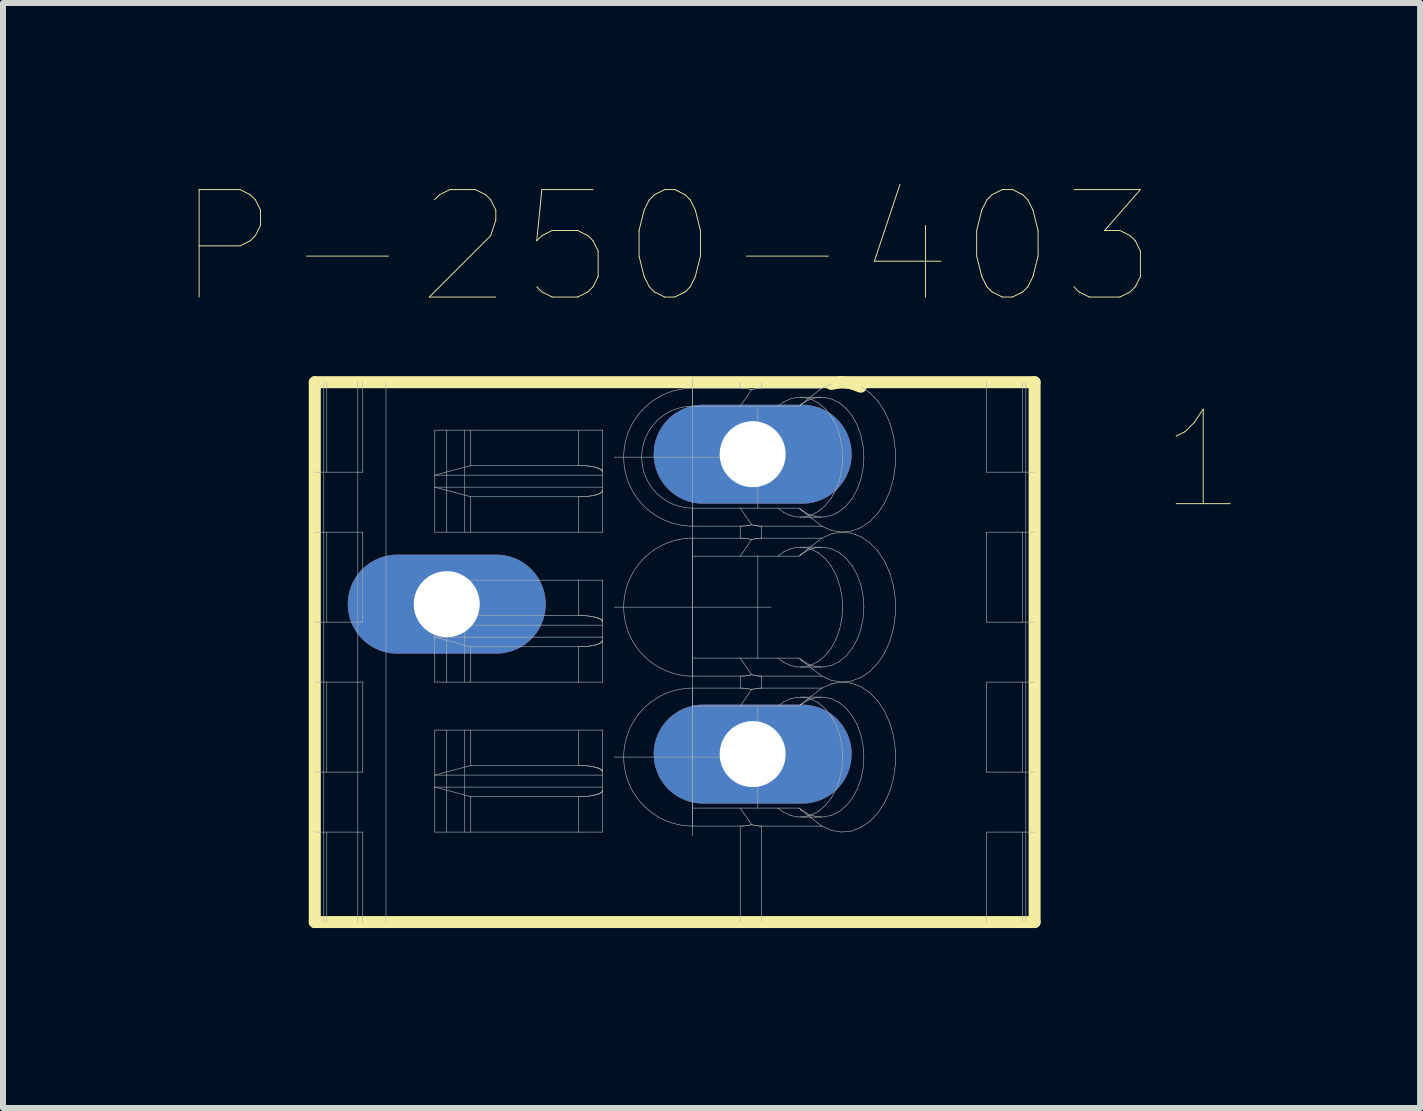
<source format=kicad_pcb>
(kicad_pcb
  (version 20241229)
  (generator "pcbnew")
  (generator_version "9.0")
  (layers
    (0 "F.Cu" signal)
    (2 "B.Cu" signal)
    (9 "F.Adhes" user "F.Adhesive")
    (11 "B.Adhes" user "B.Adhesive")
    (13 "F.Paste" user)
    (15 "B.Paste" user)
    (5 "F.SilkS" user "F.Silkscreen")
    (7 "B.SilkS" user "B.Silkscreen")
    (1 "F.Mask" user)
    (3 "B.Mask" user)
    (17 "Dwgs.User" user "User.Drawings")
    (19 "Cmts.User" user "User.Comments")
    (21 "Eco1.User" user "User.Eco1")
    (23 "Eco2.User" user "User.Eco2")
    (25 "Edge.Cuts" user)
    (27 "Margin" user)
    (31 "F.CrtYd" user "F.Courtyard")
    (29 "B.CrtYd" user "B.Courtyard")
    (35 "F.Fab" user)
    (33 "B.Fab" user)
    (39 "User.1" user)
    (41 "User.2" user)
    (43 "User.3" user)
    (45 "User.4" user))
  (footprint "P-250-403"
    (layer "F.Cu")
    (at 8.198 7.793)
    (property "Reference" "P-250-403" (at -0.125 -6.719 0) (layer "F.SilkS") (effects (font (size 1.791 1.791) (thickness 0.015))))
    (attr through_hole)
    (fp_line (start -6 -4.471) (end -6 4.529) (stroke (width 0.2) (type solid)) (layer "F.SilkS"))
    (fp_line (start -6 4.529) (end 6 4.529) (stroke (width 0.2) (type solid)) (layer "F.SilkS"))
    (fp_line (start 2.612 -4.443) (end 2.776 -4.471) (stroke (width 0.2) (type solid)) (layer "F.SilkS"))
    (fp_line (start 2.776 -4.471) (end 2.942 -4.455) (stroke (width 0.2) (type solid)) (layer "F.SilkS"))
    (fp_line (start 2.942 -4.455) (end 3.102 -4.396) (stroke (width 0.2) (type solid)) (layer "F.SilkS"))
    (fp_line (start 6 -4.471) (end -6 -4.471) (stroke (width 0.2) (type solid)) (layer "F.SilkS"))
    (fp_line (start 6 -4.471) (end 6 4.529) (stroke (width 0.2) (type solid)) (layer "F.SilkS"))
    (fp_line (start -6 -2.971) (end -5.2 -2.971) (stroke (width 0.01) (type solid)) (layer "F.Fab"))
    (fp_line (start -6 -0.471) (end -5.2 -0.471) (stroke (width 0.01) (type solid)) (layer "F.Fab"))
    (fp_line (start -6 2.029) (end -5.2 2.029) (stroke (width 0.01) (type solid)) (layer "F.Fab"))
    (fp_line (start -5.85 -4.471) (end -5.85 4.529) (stroke (width 0.01) (type solid)) (layer "F.Fab"))
    (fp_line (start -5.8 -4.471) (end -5.8 -2.971) (stroke (width 0.01) (type solid)) (layer "F.Fab"))
    (fp_line (start -5.8 -1.971) (end -5.8 -0.471) (stroke (width 0.01) (type solid)) (layer "F.Fab"))
    (fp_line (start -5.8 0.529) (end -5.8 2.029) (stroke (width 0.01) (type solid)) (layer "F.Fab"))
    (fp_line (start -5.8 3.029) (end -5.8 4.529) (stroke (width 0.01) (type solid)) (layer "F.Fab"))
    (fp_line (start -5.283 -4.471) (end -5.283 4.529) (stroke (width 0.01) (type solid)) (layer "F.Fab"))
    (fp_line (start -5.2 -4.471) (end -5.2 -2.971) (stroke (width 0.01) (type solid)) (layer "F.Fab"))
    (fp_line (start -5.2 -1.971) (end -6 -1.971) (stroke (width 0.01) (type solid)) (layer "F.Fab"))
    (fp_line (start -5.2 -1.971) (end -5.2 -0.471) (stroke (width 0.01) (type solid)) (layer "F.Fab"))
    (fp_line (start -5.2 0.529) (end -6 0.529) (stroke (width 0.01) (type solid)) (layer "F.Fab"))
    (fp_line (start -5.2 0.529) (end -5.2 2.029) (stroke (width 0.01) (type solid)) (layer "F.Fab"))
    (fp_line (start -5.2 3.029) (end -6 3.029) (stroke (width 0.01) (type solid)) (layer "F.Fab"))
    (fp_line (start -5.2 3.029) (end -5.2 4.529) (stroke (width 0.01) (type solid)) (layer "F.Fab"))
    (fp_line (start -4.813 -4.471) (end -4.813 4.529) (stroke (width 0.01) (type solid)) (layer "F.Fab"))
    (fp_line (start -4 -2.921) (end -4 -3.671) (stroke (width 0.01) (type solid)) (layer "F.Fab"))
    (fp_line (start -4 -2.921) (end -3.4 -3.082) (stroke (width 0.01) (type solid)) (layer "F.Fab"))
    (fp_line (start -4 -2.721) (end -4 -2.921) (stroke (width 0.01) (type solid)) (layer "F.Fab"))
    (fp_line (start -4 -1.971) (end -4 -2.721) (stroke (width 0.01) (type solid)) (layer "F.Fab"))
    (fp_line (start -4 -0.421) (end -4 -1.171) (stroke (width 0.01) (type solid)) (layer "F.Fab"))
    (fp_line (start -4 -0.421) (end -3.4 -0.582) (stroke (width 0.01) (type solid)) (layer "F.Fab"))
    (fp_line (start -4 -0.221) (end -4 -0.421) (stroke (width 0.01) (type solid)) (layer "F.Fab"))
    (fp_line (start -4 0.529) (end -4 -0.221) (stroke (width 0.01) (type solid)) (layer "F.Fab"))
    (fp_line (start -4 2.079) (end -4 1.329) (stroke (width 0.01) (type solid)) (layer "F.Fab"))
    (fp_line (start -4 2.079) (end -3.4 1.918) (stroke (width 0.01) (type solid)) (layer "F.Fab"))
    (fp_line (start -4 2.279) (end -4 2.079) (stroke (width 0.01) (type solid)) (layer "F.Fab"))
    (fp_line (start -4 3.029) (end -4 2.279) (stroke (width 0.01) (type solid)) (layer "F.Fab"))
    (fp_line (start -3.9 -1.146) (end -3.9 -0.396) (stroke (width 0.01) (type solid)) (layer "F.Fab"))
    (fp_line (start -3.8 -3.671) (end -4 -3.671) (stroke (width 0.01) (type solid)) (layer "F.Fab"))
    (fp_line (start -3.8 -1.971) (end -3.8 -3.671) (stroke (width 0.01) (type solid)) (layer "F.Fab"))
    (fp_line (start -3.8 -1.171) (end -4 -1.171) (stroke (width 0.01) (type solid)) (layer "F.Fab"))
    (fp_line (start -3.8 0.529) (end -3.8 -1.171) (stroke (width 0.01) (type solid)) (layer "F.Fab"))
    (fp_line (start -3.8 1.329) (end -4 1.329) (stroke (width 0.01) (type solid)) (layer "F.Fab"))
    (fp_line (start -3.8 3.029) (end -3.8 1.329) (stroke (width 0.01) (type solid)) (layer "F.Fab"))
    (fp_line (start -3.5 -3.671) (end -3.8 -3.671) (stroke (width 0.01) (type solid)) (layer "F.Fab"))
    (fp_line (start -3.5 -1.971) (end -3.5 -3.671) (stroke (width 0.01) (type solid)) (layer "F.Fab"))
    (fp_line (start -3.5 -1.171) (end -3.8 -1.171) (stroke (width 0.01) (type solid)) (layer "F.Fab"))
    (fp_line (start -3.5 -1.146) (end -3.9 -1.146) (stroke (width 0.01) (type solid)) (layer "F.Fab"))
    (fp_line (start -3.5 -0.396) (end -3.9 -0.396) (stroke (width 0.01) (type solid)) (layer "F.Fab"))
    (fp_line (start -3.5 0.529) (end -3.5 -1.171) (stroke (width 0.01) (type solid)) (layer "F.Fab"))
    (fp_line (start -3.5 1.329) (end -3.8 1.329) (stroke (width 0.01) (type solid)) (layer "F.Fab"))
    (fp_line (start -3.5 3.029) (end -3.5 1.329) (stroke (width 0.01) (type solid)) (layer "F.Fab"))
    (fp_line (start -3.4 -3.082) (end -3.4 -3.671) (stroke (width 0.01) (type solid)) (layer "F.Fab"))
    (fp_line (start -3.4 -3.082) (end -1.6 -3.082) (stroke (width 0.01) (type solid)) (layer "F.Fab"))
    (fp_line (start -3.4 -2.561) (end -4 -2.721) (stroke (width 0.01) (type solid)) (layer "F.Fab"))
    (fp_line (start -3.4 -1.971) (end -3.4 -2.561) (stroke (width 0.01) (type solid)) (layer "F.Fab"))
    (fp_line (start -3.4 -0.582) (end -3.4 -1.171) (stroke (width 0.01) (type solid)) (layer "F.Fab"))
    (fp_line (start -3.4 -0.582) (end -1.6 -0.582) (stroke (width 0.01) (type solid)) (layer "F.Fab"))
    (fp_line (start -3.4 -0.06) (end -4 -0.221) (stroke (width 0.01) (type solid)) (layer "F.Fab"))
    (fp_line (start -3.4 0.529) (end -3.4 -0.06) (stroke (width 0.01) (type solid)) (layer "F.Fab"))
    (fp_line (start -3.4 1.918) (end -3.4 1.329) (stroke (width 0.01) (type solid)) (layer "F.Fab"))
    (fp_line (start -3.4 1.918) (end -1.6 1.918) (stroke (width 0.01) (type solid)) (layer "F.Fab"))
    (fp_line (start -3.4 2.439) (end -4 2.279) (stroke (width 0.01) (type solid)) (layer "F.Fab"))
    (fp_line (start -3.4 3.029) (end -3.4 2.439) (stroke (width 0.01) (type solid)) (layer "F.Fab"))
    (fp_line (start -1.6 -3.082) (end -1.6 -3.671) (stroke (width 0.01) (type solid)) (layer "F.Fab"))
    (fp_line (start -1.6 -2.561) (end -3.4 -2.561) (stroke (width 0.01) (type solid)) (layer "F.Fab"))
    (fp_line (start -1.6 -2.561) (end -1.597 -2.561) (stroke (width 0.01) (type solid)) (layer "F.Fab"))
    (fp_line (start -1.6 -1.971) (end -4 -1.971) (stroke (width 0.01) (type solid)) (layer "F.Fab"))
    (fp_line (start -1.6 -1.971) (end -1.6 -2.561) (stroke (width 0.01) (type solid)) (layer "F.Fab"))
    (fp_line (start -1.6 -0.582) (end -1.6 -1.171) (stroke (width 0.01) (type solid)) (layer "F.Fab"))
    (fp_line (start -1.6 -0.06) (end -3.4 -0.06) (stroke (width 0.01) (type solid)) (layer "F.Fab"))
    (fp_line (start -1.6 -0.06) (end -1.597 -0.06) (stroke (width 0.01) (type solid)) (layer "F.Fab"))
    (fp_line (start -1.6 0.529) (end -4 0.529) (stroke (width 0.01) (type solid)) (layer "F.Fab"))
    (fp_line (start -1.6 0.529) (end -1.6 -0.06) (stroke (width 0.01) (type solid)) (layer "F.Fab"))
    (fp_line (start -1.6 1.918) (end -1.6 1.329) (stroke (width 0.01) (type solid)) (layer "F.Fab"))
    (fp_line (start -1.6 2.439) (end -3.4 2.439) (stroke (width 0.01) (type solid)) (layer "F.Fab"))
    (fp_line (start -1.6 2.439) (end -1.597 2.439) (stroke (width 0.01) (type solid)) (layer "F.Fab"))
    (fp_line (start -1.6 3.029) (end -4 3.029) (stroke (width 0.01) (type solid)) (layer "F.Fab"))
    (fp_line (start -1.6 3.029) (end -1.6 2.439) (stroke (width 0.01) (type solid)) (layer "F.Fab"))
    (fp_line (start -1.597 -3.082) (end -1.6 -3.082) (stroke (width 0.01) (type solid)) (layer "F.Fab"))
    (fp_line (start -1.597 -2.561) (end -1.591 -2.561) (stroke (width 0.01) (type solid)) (layer "F.Fab"))
    (fp_line (start -1.597 -0.582) (end -1.6 -0.582) (stroke (width 0.01) (type solid)) (layer "F.Fab"))
    (fp_line (start -1.597 -0.06) (end -1.591 -0.061) (stroke (width 0.01) (type solid)) (layer "F.Fab"))
    (fp_line (start -1.597 1.918) (end -1.6 1.918) (stroke (width 0.01) (type solid)) (layer "F.Fab"))
    (fp_line (start -1.597 2.439) (end -1.591 2.439) (stroke (width 0.01) (type solid)) (layer "F.Fab"))
    (fp_line (start -1.591 -3.082) (end -1.597 -3.082) (stroke (width 0.01) (type solid)) (layer "F.Fab"))
    (fp_line (start -1.591 -2.561) (end -1.583 -2.561) (stroke (width 0.01) (type solid)) (layer "F.Fab"))
    (fp_line (start -1.591 -0.582) (end -1.597 -0.582) (stroke (width 0.01) (type solid)) (layer "F.Fab"))
    (fp_line (start -1.591 -0.061) (end -1.583 -0.061) (stroke (width 0.01) (type solid)) (layer "F.Fab"))
    (fp_line (start -1.591 1.918) (end -1.597 1.918) (stroke (width 0.01) (type solid)) (layer "F.Fab"))
    (fp_line (start -1.591 2.439) (end -1.583 2.439) (stroke (width 0.01) (type solid)) (layer "F.Fab"))
    (fp_line (start -1.583 -3.082) (end -1.591 -3.082) (stroke (width 0.01) (type solid)) (layer "F.Fab"))
    (fp_line (start -1.583 -2.561) (end -1.58 -2.561) (stroke (width 0.01) (type solid)) (layer "F.Fab"))
    (fp_line (start -1.583 -0.582) (end -1.591 -0.582) (stroke (width 0.01) (type solid)) (layer "F.Fab"))
    (fp_line (start -1.583 -0.061) (end -1.58 -0.061) (stroke (width 0.01) (type solid)) (layer "F.Fab"))
    (fp_line (start -1.583 1.918) (end -1.591 1.918) (stroke (width 0.01) (type solid)) (layer "F.Fab"))
    (fp_line (start -1.583 2.439) (end -1.58 2.439) (stroke (width 0.01) (type solid)) (layer "F.Fab"))
    (fp_line (start -1.58 -3.082) (end -1.583 -3.082) (stroke (width 0.01) (type solid)) (layer "F.Fab"))
    (fp_line (start -1.58 -2.561) (end -1.562 -2.561) (stroke (width 0.01) (type solid)) (layer "F.Fab"))
    (fp_line (start -1.58 -0.582) (end -1.583 -0.582) (stroke (width 0.01) (type solid)) (layer "F.Fab"))
    (fp_line (start -1.58 -0.061) (end -1.562 -0.061) (stroke (width 0.01) (type solid)) (layer "F.Fab"))
    (fp_line (start -1.58 1.918) (end -1.583 1.918) (stroke (width 0.01) (type solid)) (layer "F.Fab"))
    (fp_line (start -1.58 2.439) (end -1.562 2.439) (stroke (width 0.01) (type solid)) (layer "F.Fab"))
    (fp_line (start -1.562 -3.082) (end -1.58 -3.082) (stroke (width 0.01) (type solid)) (layer "F.Fab"))
    (fp_line (start -1.562 -2.561) (end -1.556 -2.561) (stroke (width 0.01) (type solid)) (layer "F.Fab"))
    (fp_line (start -1.562 -0.582) (end -1.58 -0.582) (stroke (width 0.01) (type solid)) (layer "F.Fab"))
    (fp_line (start -1.562 -0.061) (end -1.556 -0.061) (stroke (width 0.01) (type solid)) (layer "F.Fab"))
    (fp_line (start -1.562 1.918) (end -1.58 1.918) (stroke (width 0.01) (type solid)) (layer "F.Fab"))
    (fp_line (start -1.562 2.439) (end -1.556 2.439) (stroke (width 0.01) (type solid)) (layer "F.Fab"))
    (fp_line (start -1.556 -3.081) (end -1.562 -3.082) (stroke (width 0.01) (type solid)) (layer "F.Fab"))
    (fp_line (start -1.556 -2.561) (end -1.551 -2.561) (stroke (width 0.01) (type solid)) (layer "F.Fab"))
    (fp_line (start -1.556 -0.581) (end -1.562 -0.582) (stroke (width 0.01) (type solid)) (layer "F.Fab"))
    (fp_line (start -1.556 -0.061) (end -1.551 -0.061) (stroke (width 0.01) (type solid)) (layer "F.Fab"))
    (fp_line (start -1.556 1.919) (end -1.562 1.918) (stroke (width 0.01) (type solid)) (layer "F.Fab"))
    (fp_line (start -1.556 2.439) (end -1.551 2.439) (stroke (width 0.01) (type solid)) (layer "F.Fab"))
    (fp_line (start -1.551 -3.081) (end -1.556 -3.081) (stroke (width 0.01) (type solid)) (layer "F.Fab"))
    (fp_line (start -1.551 -2.561) (end -1.548 -2.561) (stroke (width 0.01) (type solid)) (layer "F.Fab"))
    (fp_line (start -1.551 -0.581) (end -1.556 -0.581) (stroke (width 0.01) (type solid)) (layer "F.Fab"))
    (fp_line (start -1.551 -0.061) (end -1.548 -0.061) (stroke (width 0.01) (type solid)) (layer "F.Fab"))
    (fp_line (start -1.551 1.919) (end -1.556 1.919) (stroke (width 0.01) (type solid)) (layer "F.Fab"))
    (fp_line (start -1.551 2.439) (end -1.548 2.439) (stroke (width 0.01) (type solid)) (layer "F.Fab"))
    (fp_line (start -1.548 -3.081) (end -1.551 -3.081) (stroke (width 0.01) (type solid)) (layer "F.Fab"))
    (fp_line (start -1.548 -2.561) (end -1.545 -2.562) (stroke (width 0.01) (type solid)) (layer "F.Fab"))
    (fp_line (start -1.548 -0.581) (end -1.551 -0.581) (stroke (width 0.01) (type solid)) (layer "F.Fab"))
    (fp_line (start -1.548 -0.061) (end -1.545 -0.062) (stroke (width 0.01) (type solid)) (layer "F.Fab"))
    (fp_line (start -1.548 1.919) (end -1.551 1.919) (stroke (width 0.01) (type solid)) (layer "F.Fab"))
    (fp_line (start -1.548 2.439) (end -1.545 2.438) (stroke (width 0.01) (type solid)) (layer "F.Fab"))
    (fp_line (start -1.545 -3.081) (end -1.548 -3.081) (stroke (width 0.01) (type solid)) (layer "F.Fab"))
    (fp_line (start -1.545 -2.562) (end -1.539 -2.562) (stroke (width 0.01) (type solid)) (layer "F.Fab"))
    (fp_line (start -1.545 -0.581) (end -1.548 -0.581) (stroke (width 0.01) (type solid)) (layer "F.Fab"))
    (fp_line (start -1.545 -0.062) (end -1.539 -0.062) (stroke (width 0.01) (type solid)) (layer "F.Fab"))
    (fp_line (start -1.545 1.919) (end -1.548 1.919) (stroke (width 0.01) (type solid)) (layer "F.Fab"))
    (fp_line (start -1.545 2.438) (end -1.539 2.438) (stroke (width 0.01) (type solid)) (layer "F.Fab"))
    (fp_line (start -1.539 -3.081) (end -1.545 -3.081) (stroke (width 0.01) (type solid)) (layer "F.Fab"))
    (fp_line (start -1.539 -2.562) (end -1.533 -2.562) (stroke (width 0.01) (type solid)) (layer "F.Fab"))
    (fp_line (start -1.539 -0.581) (end -1.545 -0.581) (stroke (width 0.01) (type solid)) (layer "F.Fab"))
    (fp_line (start -1.539 -0.062) (end -1.533 -0.062) (stroke (width 0.01) (type solid)) (layer "F.Fab"))
    (fp_line (start -1.539 1.919) (end -1.545 1.919) (stroke (width 0.01) (type solid)) (layer "F.Fab"))
    (fp_line (start -1.539 2.438) (end -1.533 2.438) (stroke (width 0.01) (type solid)) (layer "F.Fab"))
    (fp_line (start -1.533 -3.081) (end -1.539 -3.081) (stroke (width 0.01) (type solid)) (layer "F.Fab"))
    (fp_line (start -1.533 -2.562) (end -1.516 -2.563) (stroke (width 0.01) (type solid)) (layer "F.Fab"))
    (fp_line (start -1.533 -0.581) (end -1.539 -0.581) (stroke (width 0.01) (type solid)) (layer "F.Fab"))
    (fp_line (start -1.533 -0.062) (end -1.516 -0.063) (stroke (width 0.01) (type solid)) (layer "F.Fab"))
    (fp_line (start -1.533 1.919) (end -1.539 1.919) (stroke (width 0.01) (type solid)) (layer "F.Fab"))
    (fp_line (start -1.533 2.438) (end -1.516 2.437) (stroke (width 0.01) (type solid)) (layer "F.Fab"))
    (fp_line (start -1.516 -3.08) (end -1.533 -3.081) (stroke (width 0.01) (type solid)) (layer "F.Fab"))
    (fp_line (start -1.516 -2.563) (end -1.513 -2.563) (stroke (width 0.01) (type solid)) (layer "F.Fab"))
    (fp_line (start -1.516 -0.58) (end -1.533 -0.581) (stroke (width 0.01) (type solid)) (layer "F.Fab"))
    (fp_line (start -1.516 -0.063) (end -1.513 -0.063) (stroke (width 0.01) (type solid)) (layer "F.Fab"))
    (fp_line (start -1.516 1.92) (end -1.533 1.919) (stroke (width 0.01) (type solid)) (layer "F.Fab"))
    (fp_line (start -1.516 2.437) (end -1.513 2.437) (stroke (width 0.01) (type solid)) (layer "F.Fab"))
    (fp_line (start -1.513 -3.079) (end -1.516 -3.08) (stroke (width 0.01) (type solid)) (layer "F.Fab"))
    (fp_line (start -1.513 -2.563) (end -1.511 -2.563) (stroke (width 0.01) (type solid)) (layer "F.Fab"))
    (fp_line (start -1.513 -0.58) (end -1.516 -0.58) (stroke (width 0.01) (type solid)) (layer "F.Fab"))
    (fp_line (start -1.513 -0.063) (end -1.511 -0.063) (stroke (width 0.01) (type solid)) (layer "F.Fab"))
    (fp_line (start -1.513 1.921) (end -1.516 1.92) (stroke (width 0.01) (type solid)) (layer "F.Fab"))
    (fp_line (start -1.513 2.437) (end -1.511 2.437) (stroke (width 0.01) (type solid)) (layer "F.Fab"))
    (fp_line (start -1.511 -3.079) (end -1.513 -3.079) (stroke (width 0.01) (type solid)) (layer "F.Fab"))
    (fp_line (start -1.511 -2.563) (end -1.505 -2.564) (stroke (width 0.01) (type solid)) (layer "F.Fab"))
    (fp_line (start -1.511 -0.579) (end -1.513 -0.58) (stroke (width 0.01) (type solid)) (layer "F.Fab"))
    (fp_line (start -1.511 -0.063) (end -1.505 -0.064) (stroke (width 0.01) (type solid)) (layer "F.Fab"))
    (fp_line (start -1.511 1.921) (end -1.513 1.921) (stroke (width 0.01) (type solid)) (layer "F.Fab"))
    (fp_line (start -1.511 2.437) (end -1.505 2.436) (stroke (width 0.01) (type solid)) (layer "F.Fab"))
    (fp_line (start -1.505 -3.079) (end -1.511 -3.079) (stroke (width 0.01) (type solid)) (layer "F.Fab"))
    (fp_line (start -1.505 -2.564) (end -1.488 -2.565) (stroke (width 0.01) (type solid)) (layer "F.Fab"))
    (fp_line (start -1.505 -0.579) (end -1.511 -0.579) (stroke (width 0.01) (type solid)) (layer "F.Fab"))
    (fp_line (start -1.505 -0.064) (end -1.488 -0.065) (stroke (width 0.01) (type solid)) (layer "F.Fab"))
    (fp_line (start -1.505 1.921) (end -1.511 1.921) (stroke (width 0.01) (type solid)) (layer "F.Fab"))
    (fp_line (start -1.505 2.436) (end -1.488 2.435) (stroke (width 0.01) (type solid)) (layer "F.Fab"))
    (fp_line (start -1.488 -3.078) (end -1.505 -3.079) (stroke (width 0.01) (type solid)) (layer "F.Fab"))
    (fp_line (start -1.488 -2.565) (end -1.482 -2.565) (stroke (width 0.01) (type solid)) (layer "F.Fab"))
    (fp_line (start -1.488 -0.578) (end -1.505 -0.579) (stroke (width 0.01) (type solid)) (layer "F.Fab"))
    (fp_line (start -1.488 -0.065) (end -1.482 -0.065) (stroke (width 0.01) (type solid)) (layer "F.Fab"))
    (fp_line (start -1.488 1.922) (end -1.505 1.921) (stroke (width 0.01) (type solid)) (layer "F.Fab"))
    (fp_line (start -1.488 2.435) (end -1.482 2.435) (stroke (width 0.01) (type solid)) (layer "F.Fab"))
    (fp_line (start -1.482 -3.077) (end -1.488 -3.078) (stroke (width 0.01) (type solid)) (layer "F.Fab"))
    (fp_line (start -1.482 -2.565) (end -1.477 -2.566) (stroke (width 0.01) (type solid)) (layer "F.Fab"))
    (fp_line (start -1.482 -0.577) (end -1.488 -0.578) (stroke (width 0.01) (type solid)) (layer "F.Fab"))
    (fp_line (start -1.482 -0.065) (end -1.477 -0.066) (stroke (width 0.01) (type solid)) (layer "F.Fab"))
    (fp_line (start -1.482 1.923) (end -1.488 1.922) (stroke (width 0.01) (type solid)) (layer "F.Fab"))
    (fp_line (start -1.482 2.435) (end -1.477 2.434) (stroke (width 0.01) (type solid)) (layer "F.Fab"))
    (fp_line (start -1.477 -3.077) (end -1.482 -3.077) (stroke (width 0.01) (type solid)) (layer "F.Fab"))
    (fp_line (start -1.477 -2.566) (end -1.466 -2.567) (stroke (width 0.01) (type solid)) (layer "F.Fab"))
    (fp_line (start -1.477 -0.577) (end -1.482 -0.577) (stroke (width 0.01) (type solid)) (layer "F.Fab"))
    (fp_line (start -1.477 -0.066) (end -1.466 -0.067) (stroke (width 0.01) (type solid)) (layer "F.Fab"))
    (fp_line (start -1.477 1.923) (end -1.482 1.923) (stroke (width 0.01) (type solid)) (layer "F.Fab"))
    (fp_line (start -1.477 2.434) (end -1.466 2.433) (stroke (width 0.01) (type solid)) (layer "F.Fab"))
    (fp_line (start -1.466 -3.076) (end -1.477 -3.077) (stroke (width 0.01) (type solid)) (layer "F.Fab"))
    (fp_line (start -1.466 -2.567) (end -1.46 -2.567) (stroke (width 0.01) (type solid)) (layer "F.Fab"))
    (fp_line (start -1.466 -0.576) (end -1.477 -0.577) (stroke (width 0.01) (type solid)) (layer "F.Fab"))
    (fp_line (start -1.466 -0.067) (end -1.46 -0.067) (stroke (width 0.01) (type solid)) (layer "F.Fab"))
    (fp_line (start -1.466 1.924) (end -1.477 1.923) (stroke (width 0.01) (type solid)) (layer "F.Fab"))
    (fp_line (start -1.466 2.433) (end -1.46 2.433) (stroke (width 0.01) (type solid)) (layer "F.Fab"))
    (fp_line (start -1.46 -3.075) (end -1.466 -3.076) (stroke (width 0.01) (type solid)) (layer "F.Fab"))
    (fp_line (start -1.46 -2.567) (end -1.455 -2.568) (stroke (width 0.01) (type solid)) (layer "F.Fab"))
    (fp_line (start -1.46 -0.575) (end -1.466 -0.576) (stroke (width 0.01) (type solid)) (layer "F.Fab"))
    (fp_line (start -1.46 -0.067) (end -1.455 -0.068) (stroke (width 0.01) (type solid)) (layer "F.Fab"))
    (fp_line (start -1.46 1.925) (end -1.466 1.924) (stroke (width 0.01) (type solid)) (layer "F.Fab"))
    (fp_line (start -1.46 2.433) (end -1.455 2.432) (stroke (width 0.01) (type solid)) (layer "F.Fab"))
    (fp_line (start -1.455 -3.075) (end -1.46 -3.075) (stroke (width 0.01) (type solid)) (layer "F.Fab"))
    (fp_line (start -1.455 -2.568) (end -1.444 -2.569) (stroke (width 0.01) (type solid)) (layer "F.Fab"))
    (fp_line (start -1.455 -0.575) (end -1.46 -0.575) (stroke (width 0.01) (type solid)) (layer "F.Fab"))
    (fp_line (start -1.455 -0.068) (end -1.444 -0.069) (stroke (width 0.01) (type solid)) (layer "F.Fab"))
    (fp_line (start -1.455 1.925) (end -1.46 1.925) (stroke (width 0.01) (type solid)) (layer "F.Fab"))
    (fp_line (start -1.455 2.432) (end -1.444 2.431) (stroke (width 0.01) (type solid)) (layer "F.Fab"))
    (fp_line (start -1.444 -3.074) (end -1.455 -3.075) (stroke (width 0.01) (type solid)) (layer "F.Fab"))
    (fp_line (start -1.444 -2.569) (end -1.434 -2.57) (stroke (width 0.01) (type solid)) (layer "F.Fab"))
    (fp_line (start -1.444 -0.574) (end -1.455 -0.575) (stroke (width 0.01) (type solid)) (layer "F.Fab"))
    (fp_line (start -1.444 -0.069) (end -1.434 -0.07) (stroke (width 0.01) (type solid)) (layer "F.Fab"))
    (fp_line (start -1.444 1.926) (end -1.455 1.925) (stroke (width 0.01) (type solid)) (layer "F.Fab"))
    (fp_line (start -1.444 2.431) (end -1.434 2.43) (stroke (width 0.01) (type solid)) (layer "F.Fab"))
    (fp_line (start -1.434 -3.072) (end -1.444 -3.074) (stroke (width 0.01) (type solid)) (layer "F.Fab"))
    (fp_line (start -1.434 -2.57) (end -1.428 -2.571) (stroke (width 0.01) (type solid)) (layer "F.Fab"))
    (fp_line (start -1.434 -0.572) (end -1.444 -0.574) (stroke (width 0.01) (type solid)) (layer "F.Fab"))
    (fp_line (start -1.434 -0.07) (end -1.428 -0.071) (stroke (width 0.01) (type solid)) (layer "F.Fab"))
    (fp_line (start -1.434 1.928) (end -1.444 1.926) (stroke (width 0.01) (type solid)) (layer "F.Fab"))
    (fp_line (start -1.434 2.43) (end -1.428 2.429) (stroke (width 0.01) (type solid)) (layer "F.Fab"))
    (fp_line (start -1.428 -3.072) (end -1.434 -3.072) (stroke (width 0.01) (type solid)) (layer "F.Fab"))
    (fp_line (start -1.428 -2.571) (end -1.418 -2.572) (stroke (width 0.01) (type solid)) (layer "F.Fab"))
    (fp_line (start -1.428 -0.572) (end -1.434 -0.572) (stroke (width 0.01) (type solid)) (layer "F.Fab"))
    (fp_line (start -1.428 -0.071) (end -1.418 -0.072) (stroke (width 0.01) (type solid)) (layer "F.Fab"))
    (fp_line (start -1.428 1.928) (end -1.434 1.928) (stroke (width 0.01) (type solid)) (layer "F.Fab"))
    (fp_line (start -1.428 2.429) (end -1.418 2.428) (stroke (width 0.01) (type solid)) (layer "F.Fab"))
    (fp_line (start -1.418 -3.07) (end -1.428 -3.072) (stroke (width 0.01) (type solid)) (layer "F.Fab"))
    (fp_line (start -1.418 -2.572) (end -1.415 -2.573) (stroke (width 0.01) (type solid)) (layer "F.Fab"))
    (fp_line (start -1.418 -0.57) (end -1.428 -0.572) (stroke (width 0.01) (type solid)) (layer "F.Fab"))
    (fp_line (start -1.418 -0.072) (end -1.415 -0.073) (stroke (width 0.01) (type solid)) (layer "F.Fab"))
    (fp_line (start -1.418 1.93) (end -1.428 1.928) (stroke (width 0.01) (type solid)) (layer "F.Fab"))
    (fp_line (start -1.418 2.428) (end -1.415 2.427) (stroke (width 0.01) (type solid)) (layer "F.Fab"))
    (fp_line (start -1.415 -3.07) (end -1.418 -3.07) (stroke (width 0.01) (type solid)) (layer "F.Fab"))
    (fp_line (start -1.415 -2.573) (end -1.413 -2.573) (stroke (width 0.01) (type solid)) (layer "F.Fab"))
    (fp_line (start -1.415 -0.57) (end -1.418 -0.57) (stroke (width 0.01) (type solid)) (layer "F.Fab"))
    (fp_line (start -1.415 -0.073) (end -1.413 -0.073) (stroke (width 0.01) (type solid)) (layer "F.Fab"))
    (fp_line (start -1.415 1.93) (end -1.418 1.93) (stroke (width 0.01) (type solid)) (layer "F.Fab"))
    (fp_line (start -1.415 2.427) (end -1.413 2.427) (stroke (width 0.01) (type solid)) (layer "F.Fab"))
    (fp_line (start -1.413 -3.07) (end -1.415 -3.07) (stroke (width 0.01) (type solid)) (layer "F.Fab"))
    (fp_line (start -1.413 -2.573) (end -1.408 -2.574) (stroke (width 0.01) (type solid)) (layer "F.Fab"))
    (fp_line (start -1.413 -0.57) (end -1.415 -0.57) (stroke (width 0.01) (type solid)) (layer "F.Fab"))
    (fp_line (start -1.413 -0.073) (end -1.408 -0.074) (stroke (width 0.01) (type solid)) (layer "F.Fab"))
    (fp_line (start -1.413 1.93) (end -1.415 1.93) (stroke (width 0.01) (type solid)) (layer "F.Fab"))
    (fp_line (start -1.413 2.427) (end -1.408 2.426) (stroke (width 0.01) (type solid)) (layer "F.Fab"))
    (fp_line (start -1.408 -3.069) (end -1.413 -3.07) (stroke (width 0.01) (type solid)) (layer "F.Fab"))
    (fp_line (start -1.408 -2.574) (end -1.403 -2.575) (stroke (width 0.01) (type solid)) (layer "F.Fab"))
    (fp_line (start -1.408 -0.569) (end -1.413 -0.57) (stroke (width 0.01) (type solid)) (layer "F.Fab"))
    (fp_line (start -1.408 -0.074) (end -1.403 -0.074) (stroke (width 0.01) (type solid)) (layer "F.Fab"))
    (fp_line (start -1.408 1.931) (end -1.413 1.93) (stroke (width 0.01) (type solid)) (layer "F.Fab"))
    (fp_line (start -1.408 2.426) (end -1.403 2.425) (stroke (width 0.01) (type solid)) (layer "F.Fab"))
    (fp_line (start -1.403 -3.068) (end -1.408 -3.069) (stroke (width 0.01) (type solid)) (layer "F.Fab"))
    (fp_line (start -1.403 -2.575) (end -1.387 -2.577) (stroke (width 0.01) (type solid)) (layer "F.Fab"))
    (fp_line (start -1.403 -0.568) (end -1.408 -0.569) (stroke (width 0.01) (type solid)) (layer "F.Fab"))
    (fp_line (start -1.403 -0.074) (end -1.387 -0.077) (stroke (width 0.01) (type solid)) (layer "F.Fab"))
    (fp_line (start -1.403 1.932) (end -1.408 1.931) (stroke (width 0.01) (type solid)) (layer "F.Fab"))
    (fp_line (start -1.403 2.425) (end -1.387 2.423) (stroke (width 0.01) (type solid)) (layer "F.Fab"))
    (fp_line (start -1.387 -3.066) (end -1.403 -3.068) (stroke (width 0.01) (type solid)) (layer "F.Fab"))
    (fp_line (start -1.387 -2.577) (end -1.385 -2.577) (stroke (width 0.01) (type solid)) (layer "F.Fab"))
    (fp_line (start -1.387 -0.566) (end -1.403 -0.568) (stroke (width 0.01) (type solid)) (layer "F.Fab"))
    (fp_line (start -1.387 -0.077) (end -1.385 -0.077) (stroke (width 0.01) (type solid)) (layer "F.Fab"))
    (fp_line (start -1.387 1.934) (end -1.403 1.932) (stroke (width 0.01) (type solid)) (layer "F.Fab"))
    (fp_line (start -1.387 2.423) (end -1.385 2.423) (stroke (width 0.01) (type solid)) (layer "F.Fab"))
    (fp_line (start -1.385 -3.065) (end -1.387 -3.066) (stroke (width 0.01) (type solid)) (layer "F.Fab"))
    (fp_line (start -1.385 -2.577) (end -1.383 -2.578) (stroke (width 0.01) (type solid)) (layer "F.Fab"))
    (fp_line (start -1.385 -0.565) (end -1.387 -0.566) (stroke (width 0.01) (type solid)) (layer "F.Fab"))
    (fp_line (start -1.385 -0.077) (end -1.383 -0.078) (stroke (width 0.01) (type solid)) (layer "F.Fab"))
    (fp_line (start -1.385 1.935) (end -1.387 1.934) (stroke (width 0.01) (type solid)) (layer "F.Fab"))
    (fp_line (start -1.385 2.423) (end -1.383 2.422) (stroke (width 0.01) (type solid)) (layer "F.Fab"))
    (fp_line (start -1.383 -3.065) (end -1.385 -3.065) (stroke (width 0.01) (type solid)) (layer "F.Fab"))
    (fp_line (start -1.383 -2.578) (end -1.368 -2.58) (stroke (width 0.01) (type solid)) (layer "F.Fab"))
    (fp_line (start -1.383 -0.565) (end -1.385 -0.565) (stroke (width 0.01) (type solid)) (layer "F.Fab"))
    (fp_line (start -1.383 -0.078) (end -1.368 -0.08) (stroke (width 0.01) (type solid)) (layer "F.Fab"))
    (fp_line (start -1.383 1.935) (end -1.385 1.935) (stroke (width 0.01) (type solid)) (layer "F.Fab"))
    (fp_line (start -1.383 2.422) (end -1.368 2.42) (stroke (width 0.01) (type solid)) (layer "F.Fab"))
    (fp_line (start -1.368 -3.062) (end -1.383 -3.065) (stroke (width 0.01) (type solid)) (layer "F.Fab"))
    (fp_line (start -1.368 -2.58) (end -1.359 -2.582) (stroke (width 0.01) (type solid)) (layer "F.Fab"))
    (fp_line (start -1.368 -0.562) (end -1.383 -0.565) (stroke (width 0.01) (type solid)) (layer "F.Fab"))
    (fp_line (start -1.368 -0.08) (end -1.359 -0.082) (stroke (width 0.01) (type solid)) (layer "F.Fab"))
    (fp_line (start -1.368 1.938) (end -1.383 1.935) (stroke (width 0.01) (type solid)) (layer "F.Fab"))
    (fp_line (start -1.368 2.42) (end -1.359 2.418) (stroke (width 0.01) (type solid)) (layer "F.Fab"))
    (fp_line (start -1.359 -3.06) (end -1.368 -3.062) (stroke (width 0.01) (type solid)) (layer "F.Fab"))
    (fp_line (start -1.359 -2.582) (end -1.354 -2.583) (stroke (width 0.01) (type solid)) (layer "F.Fab"))
    (fp_line (start -1.359 -0.56) (end -1.368 -0.562) (stroke (width 0.01) (type solid)) (layer "F.Fab"))
    (fp_line (start -1.359 -0.082) (end -1.354 -0.083) (stroke (width 0.01) (type solid)) (layer "F.Fab"))
    (fp_line (start -1.359 1.94) (end -1.368 1.938) (stroke (width 0.01) (type solid)) (layer "F.Fab"))
    (fp_line (start -1.359 2.418) (end -1.354 2.417) (stroke (width 0.01) (type solid)) (layer "F.Fab"))
    (fp_line (start -1.354 -3.059) (end -1.359 -3.06) (stroke (width 0.01) (type solid)) (layer "F.Fab"))
    (fp_line (start -1.354 -2.583) (end -1.35 -2.584) (stroke (width 0.01) (type solid)) (layer "F.Fab"))
    (fp_line (start -1.354 -0.559) (end -1.359 -0.56) (stroke (width 0.01) (type solid)) (layer "F.Fab"))
    (fp_line (start -1.354 -0.083) (end -1.35 -0.084) (stroke (width 0.01) (type solid)) (layer "F.Fab"))
    (fp_line (start -1.354 1.941) (end -1.359 1.94) (stroke (width 0.01) (type solid)) (layer "F.Fab"))
    (fp_line (start -1.354 2.417) (end -1.35 2.416) (stroke (width 0.01) (type solid)) (layer "F.Fab"))
    (fp_line (start -1.35 -3.058) (end -1.354 -3.059) (stroke (width 0.01) (type solid)) (layer "F.Fab"))
    (fp_line (start -1.35 -2.584) (end -1.345 -2.585) (stroke (width 0.01) (type solid)) (layer "F.Fab"))
    (fp_line (start -1.35 -0.558) (end -1.354 -0.559) (stroke (width 0.01) (type solid)) (layer "F.Fab"))
    (fp_line (start -1.35 -0.084) (end -1.345 -0.085) (stroke (width 0.01) (type solid)) (layer "F.Fab"))
    (fp_line (start -1.35 1.942) (end -1.354 1.941) (stroke (width 0.01) (type solid)) (layer "F.Fab"))
    (fp_line (start -1.35 2.416) (end -1.345 2.415) (stroke (width 0.01) (type solid)) (layer "F.Fab"))
    (fp_line (start -1.345 -3.058) (end -1.35 -3.058) (stroke (width 0.01) (type solid)) (layer "F.Fab"))
    (fp_line (start -1.345 -2.585) (end -1.336 -2.587) (stroke (width 0.01) (type solid)) (layer "F.Fab"))
    (fp_line (start -1.345 -0.557) (end -1.35 -0.558) (stroke (width 0.01) (type solid)) (layer "F.Fab"))
    (fp_line (start -1.345 -0.085) (end -1.336 -0.087) (stroke (width 0.01) (type solid)) (layer "F.Fab"))
    (fp_line (start -1.345 1.942) (end -1.35 1.942) (stroke (width 0.01) (type solid)) (layer "F.Fab"))
    (fp_line (start -1.345 2.415) (end -1.336 2.413) (stroke (width 0.01) (type solid)) (layer "F.Fab"))
    (fp_line (start -1.336 -3.055) (end -1.345 -3.058) (stroke (width 0.01) (type solid)) (layer "F.Fab"))
    (fp_line (start -1.336 -2.587) (end -1.332 -2.588) (stroke (width 0.01) (type solid)) (layer "F.Fab"))
    (fp_line (start -1.336 -0.555) (end -1.345 -0.557) (stroke (width 0.01) (type solid)) (layer "F.Fab"))
    (fp_line (start -1.336 -0.087) (end -1.332 -0.088) (stroke (width 0.01) (type solid)) (layer "F.Fab"))
    (fp_line (start -1.336 1.944) (end -1.345 1.942) (stroke (width 0.01) (type solid)) (layer "F.Fab"))
    (fp_line (start -1.336 2.413) (end -1.332 2.412) (stroke (width 0.01) (type solid)) (layer "F.Fab"))
    (fp_line (start -1.332 -3.054) (end -1.336 -3.055) (stroke (width 0.01) (type solid)) (layer "F.Fab"))
    (fp_line (start -1.332 -2.588) (end -1.33 -2.589) (stroke (width 0.01) (type solid)) (layer "F.Fab"))
    (fp_line (start -1.332 -0.554) (end -1.336 -0.555) (stroke (width 0.01) (type solid)) (layer "F.Fab"))
    (fp_line (start -1.332 -0.088) (end -1.33 -0.089) (stroke (width 0.01) (type solid)) (layer "F.Fab"))
    (fp_line (start -1.332 1.946) (end -1.336 1.944) (stroke (width 0.01) (type solid)) (layer "F.Fab"))
    (fp_line (start -1.332 2.412) (end -1.33 2.411) (stroke (width 0.01) (type solid)) (layer "F.Fab"))
    (fp_line (start -1.33 -3.054) (end -1.332 -3.054) (stroke (width 0.01) (type solid)) (layer "F.Fab"))
    (fp_line (start -1.33 -2.589) (end -1.328 -2.589) (stroke (width 0.01) (type solid)) (layer "F.Fab"))
    (fp_line (start -1.33 -0.554) (end -1.332 -0.554) (stroke (width 0.01) (type solid)) (layer "F.Fab"))
    (fp_line (start -1.33 -0.089) (end -1.328 -0.089) (stroke (width 0.01) (type solid)) (layer "F.Fab"))
    (fp_line (start -1.33 1.946) (end -1.332 1.946) (stroke (width 0.01) (type solid)) (layer "F.Fab"))
    (fp_line (start -1.33 2.411) (end -1.328 2.411) (stroke (width 0.01) (type solid)) (layer "F.Fab"))
    (fp_line (start -1.328 -3.053) (end -1.33 -3.054) (stroke (width 0.01) (type solid)) (layer "F.Fab"))
    (fp_line (start -1.328 -2.589) (end -1.319 -2.591) (stroke (width 0.01) (type solid)) (layer "F.Fab"))
    (fp_line (start -1.328 -0.553) (end -1.33 -0.554) (stroke (width 0.01) (type solid)) (layer "F.Fab"))
    (fp_line (start -1.328 -0.089) (end -1.319 -0.091) (stroke (width 0.01) (type solid)) (layer "F.Fab"))
    (fp_line (start -1.328 1.947) (end -1.33 1.946) (stroke (width 0.01) (type solid)) (layer "F.Fab"))
    (fp_line (start -1.328 2.411) (end -1.319 2.409) (stroke (width 0.01) (type solid)) (layer "F.Fab"))
    (fp_line (start -1.319 -3.051) (end -1.328 -3.053) (stroke (width 0.01) (type solid)) (layer "F.Fab"))
    (fp_line (start -1.319 -2.591) (end -1.317 -2.592) (stroke (width 0.01) (type solid)) (layer "F.Fab"))
    (fp_line (start -1.319 -0.551) (end -1.328 -0.553) (stroke (width 0.01) (type solid)) (layer "F.Fab"))
    (fp_line (start -1.319 -0.091) (end -1.317 -0.092) (stroke (width 0.01) (type solid)) (layer "F.Fab"))
    (fp_line (start -1.319 1.949) (end -1.328 1.947) (stroke (width 0.01) (type solid)) (layer "F.Fab"))
    (fp_line (start -1.319 2.409) (end -1.317 2.408) (stroke (width 0.01) (type solid)) (layer "F.Fab"))
    (fp_line (start -1.317 -3.051) (end -1.319 -3.051) (stroke (width 0.01) (type solid)) (layer "F.Fab"))
    (fp_line (start -1.317 -2.592) (end -1.315 -2.592) (stroke (width 0.01) (type solid)) (layer "F.Fab"))
    (fp_line (start -1.317 -0.551) (end -1.319 -0.551) (stroke (width 0.01) (type solid)) (layer "F.Fab"))
    (fp_line (start -1.317 -0.092) (end -1.315 -0.092) (stroke (width 0.01) (type solid)) (layer "F.Fab"))
    (fp_line (start -1.317 1.949) (end -1.319 1.949) (stroke (width 0.01) (type solid)) (layer "F.Fab"))
    (fp_line (start -1.317 2.408) (end -1.315 2.408) (stroke (width 0.01) (type solid)) (layer "F.Fab"))
    (fp_line (start -1.315 -3.05) (end -1.317 -3.051) (stroke (width 0.01) (type solid)) (layer "F.Fab"))
    (fp_line (start -1.315 -2.592) (end -1.307 -2.595) (stroke (width 0.01) (type solid)) (layer "F.Fab"))
    (fp_line (start -1.315 -0.55) (end -1.317 -0.551) (stroke (width 0.01) (type solid)) (layer "F.Fab"))
    (fp_line (start -1.315 -0.092) (end -1.307 -0.095) (stroke (width 0.01) (type solid)) (layer "F.Fab"))
    (fp_line (start -1.315 1.95) (end -1.317 1.949) (stroke (width 0.01) (type solid)) (layer "F.Fab"))
    (fp_line (start -1.315 2.408) (end -1.307 2.405) (stroke (width 0.01) (type solid)) (layer "F.Fab"))
    (fp_line (start -1.307 -3.048) (end -1.315 -3.05) (stroke (width 0.01) (type solid)) (layer "F.Fab"))
    (fp_line (start -1.307 -2.595) (end -1.303 -2.596) (stroke (width 0.01) (type solid)) (layer "F.Fab"))
    (fp_line (start -1.307 -0.548) (end -1.315 -0.55) (stroke (width 0.01) (type solid)) (layer "F.Fab"))
    (fp_line (start -1.307 -0.095) (end -1.303 -0.096) (stroke (width 0.01) (type solid)) (layer "F.Fab"))
    (fp_line (start -1.307 1.952) (end -1.315 1.95) (stroke (width 0.01) (type solid)) (layer "F.Fab"))
    (fp_line (start -1.307 2.405) (end -1.303 2.404) (stroke (width 0.01) (type solid)) (layer "F.Fab"))
    (fp_line (start -1.303 -3.047) (end -1.307 -3.048) (stroke (width 0.01) (type solid)) (layer "F.Fab"))
    (fp_line (start -1.303 -2.596) (end -1.299 -2.597) (stroke (width 0.01) (type solid)) (layer "F.Fab"))
    (fp_line (start -1.303 -0.547) (end -1.307 -0.548) (stroke (width 0.01) (type solid)) (layer "F.Fab"))
    (fp_line (start -1.303 -0.096) (end -1.299 -0.097) (stroke (width 0.01) (type solid)) (layer "F.Fab"))
    (fp_line (start -1.303 1.953) (end -1.307 1.952) (stroke (width 0.01) (type solid)) (layer "F.Fab"))
    (fp_line (start -1.303 2.404) (end -1.299 2.403) (stroke (width 0.01) (type solid)) (layer "F.Fab"))
    (fp_line (start -1.299 -3.046) (end -1.303 -3.047) (stroke (width 0.01) (type solid)) (layer "F.Fab"))
    (fp_line (start -1.299 -2.597) (end -1.292 -2.599) (stroke (width 0.01) (type solid)) (layer "F.Fab"))
    (fp_line (start -1.299 -0.546) (end -1.303 -0.547) (stroke (width 0.01) (type solid)) (layer "F.Fab"))
    (fp_line (start -1.299 -0.097) (end -1.292 -0.099) (stroke (width 0.01) (type solid)) (layer "F.Fab"))
    (fp_line (start -1.299 1.954) (end -1.303 1.953) (stroke (width 0.01) (type solid)) (layer "F.Fab"))
    (fp_line (start -1.299 2.403) (end -1.292 2.401) (stroke (width 0.01) (type solid)) (layer "F.Fab"))
    (fp_line (start -1.292 -3.043) (end -1.299 -3.046) (stroke (width 0.01) (type solid)) (layer "F.Fab"))
    (fp_line (start -1.292 -2.599) (end -1.288 -2.601) (stroke (width 0.01) (type solid)) (layer "F.Fab"))
    (fp_line (start -1.292 -0.543) (end -1.299 -0.546) (stroke (width 0.01) (type solid)) (layer "F.Fab"))
    (fp_line (start -1.292 -0.099) (end -1.288 -0.101) (stroke (width 0.01) (type solid)) (layer "F.Fab"))
    (fp_line (start -1.292 1.957) (end -1.299 1.954) (stroke (width 0.01) (type solid)) (layer "F.Fab"))
    (fp_line (start -1.292 2.401) (end -1.288 2.399) (stroke (width 0.01) (type solid)) (layer "F.Fab"))
    (fp_line (start -1.288 -3.042) (end -1.292 -3.043) (stroke (width 0.01) (type solid)) (layer "F.Fab"))
    (fp_line (start -1.288 -2.601) (end -1.284 -2.602) (stroke (width 0.01) (type solid)) (layer "F.Fab"))
    (fp_line (start -1.288 -0.542) (end -1.292 -0.543) (stroke (width 0.01) (type solid)) (layer "F.Fab"))
    (fp_line (start -1.288 -0.101) (end -1.284 -0.102) (stroke (width 0.01) (type solid)) (layer "F.Fab"))
    (fp_line (start -1.288 1.958) (end -1.292 1.957) (stroke (width 0.01) (type solid)) (layer "F.Fab"))
    (fp_line (start -1.288 2.399) (end -1.284 2.398) (stroke (width 0.01) (type solid)) (layer "F.Fab"))
    (fp_line (start -1.284 -3.041) (end -1.288 -3.042) (stroke (width 0.01) (type solid)) (layer "F.Fab"))
    (fp_line (start -1.284 -2.602) (end -1.283 -2.603) (stroke (width 0.01) (type solid)) (layer "F.Fab"))
    (fp_line (start -1.284 -0.541) (end -1.288 -0.542) (stroke (width 0.01) (type solid)) (layer "F.Fab"))
    (fp_line (start -1.284 -0.102) (end -1.283 -0.102) (stroke (width 0.01) (type solid)) (layer "F.Fab"))
    (fp_line (start -1.284 1.959) (end -1.288 1.958) (stroke (width 0.01) (type solid)) (layer "F.Fab"))
    (fp_line (start -1.284 2.398) (end -1.283 2.397) (stroke (width 0.01) (type solid)) (layer "F.Fab"))
    (fp_line (start -1.283 -3.04) (end -1.284 -3.041) (stroke (width 0.01) (type solid)) (layer "F.Fab"))
    (fp_line (start -1.283 -2.603) (end -1.281 -2.603) (stroke (width 0.01) (type solid)) (layer "F.Fab"))
    (fp_line (start -1.283 -0.54) (end -1.284 -0.541) (stroke (width 0.01) (type solid)) (layer "F.Fab"))
    (fp_line (start -1.283 -0.102) (end -1.281 -0.103) (stroke (width 0.01) (type solid)) (layer "F.Fab"))
    (fp_line (start -1.283 1.96) (end -1.284 1.959) (stroke (width 0.01) (type solid)) (layer "F.Fab"))
    (fp_line (start -1.283 2.397) (end -1.281 2.397) (stroke (width 0.01) (type solid)) (layer "F.Fab"))
    (fp_line (start -1.281 -3.039) (end -1.283 -3.04) (stroke (width 0.01) (type solid)) (layer "F.Fab"))
    (fp_line (start -1.281 -2.603) (end -1.277 -2.604) (stroke (width 0.01) (type solid)) (layer "F.Fab"))
    (fp_line (start -1.281 -0.539) (end -1.283 -0.54) (stroke (width 0.01) (type solid)) (layer "F.Fab"))
    (fp_line (start -1.281 -0.103) (end -1.277 -0.104) (stroke (width 0.01) (type solid)) (layer "F.Fab"))
    (fp_line (start -1.281 1.96) (end -1.283 1.96) (stroke (width 0.01) (type solid)) (layer "F.Fab"))
    (fp_line (start -1.281 2.397) (end -1.277 2.396) (stroke (width 0.01) (type solid)) (layer "F.Fab"))
    (fp_line (start -1.277 -3.038) (end -1.281 -3.039) (stroke (width 0.01) (type solid)) (layer "F.Fab"))
    (fp_line (start -1.277 -2.604) (end -1.274 -2.606) (stroke (width 0.01) (type solid)) (layer "F.Fab"))
    (fp_line (start -1.277 -0.538) (end -1.281 -0.539) (stroke (width 0.01) (type solid)) (layer "F.Fab"))
    (fp_line (start -1.277 -0.104) (end -1.274 -0.106) (stroke (width 0.01) (type solid)) (layer "F.Fab"))
    (fp_line (start -1.277 1.962) (end -1.281 1.96) (stroke (width 0.01) (type solid)) (layer "F.Fab"))
    (fp_line (start -1.277 2.396) (end -1.274 2.394) (stroke (width 0.01) (type solid)) (layer "F.Fab"))
    (fp_line (start -1.274 -3.037) (end -1.277 -3.038) (stroke (width 0.01) (type solid)) (layer "F.Fab"))
    (fp_line (start -1.274 -2.606) (end -1.267 -2.608) (stroke (width 0.01) (type solid)) (layer "F.Fab"))
    (fp_line (start -1.274 -0.537) (end -1.277 -0.538) (stroke (width 0.01) (type solid)) (layer "F.Fab"))
    (fp_line (start -1.274 -0.106) (end -1.267 -0.108) (stroke (width 0.01) (type solid)) (layer "F.Fab"))
    (fp_line (start -1.274 1.963) (end -1.277 1.962) (stroke (width 0.01) (type solid)) (layer "F.Fab"))
    (fp_line (start -1.274 2.394) (end -1.267 2.392) (stroke (width 0.01) (type solid)) (layer "F.Fab"))
    (fp_line (start -1.267 -3.034) (end -1.274 -3.037) (stroke (width 0.01) (type solid)) (layer "F.Fab"))
    (fp_line (start -1.267 -2.608) (end -1.264 -2.61) (stroke (width 0.01) (type solid)) (layer "F.Fab"))
    (fp_line (start -1.267 -0.534) (end -1.274 -0.537) (stroke (width 0.01) (type solid)) (layer "F.Fab"))
    (fp_line (start -1.267 -0.108) (end -1.264 -0.11) (stroke (width 0.01) (type solid)) (layer "F.Fab"))
    (fp_line (start -1.267 1.966) (end -1.274 1.963) (stroke (width 0.01) (type solid)) (layer "F.Fab"))
    (fp_line (start -1.267 2.392) (end -1.264 2.39) (stroke (width 0.01) (type solid)) (layer "F.Fab"))
    (fp_line (start -1.264 -3.033) (end -1.267 -3.034) (stroke (width 0.01) (type solid)) (layer "F.Fab"))
    (fp_line (start -1.264 -2.61) (end -1.263 -2.61) (stroke (width 0.01) (type solid)) (layer "F.Fab"))
    (fp_line (start -1.264 -0.533) (end -1.267 -0.534) (stroke (width 0.01) (type solid)) (layer "F.Fab"))
    (fp_line (start -1.264 -0.11) (end -1.263 -0.11) (stroke (width 0.01) (type solid)) (layer "F.Fab"))
    (fp_line (start -1.264 1.967) (end -1.267 1.966) (stroke (width 0.01) (type solid)) (layer "F.Fab"))
    (fp_line (start -1.264 2.39) (end -1.263 2.39) (stroke (width 0.01) (type solid)) (layer "F.Fab"))
    (fp_line (start -1.263 -3.033) (end -1.264 -3.033) (stroke (width 0.01) (type solid)) (layer "F.Fab"))
    (fp_line (start -1.263 -2.61) (end -1.261 -2.611) (stroke (width 0.01) (type solid)) (layer "F.Fab"))
    (fp_line (start -1.263 -0.532) (end -1.264 -0.533) (stroke (width 0.01) (type solid)) (layer "F.Fab"))
    (fp_line (start -1.263 -0.11) (end -1.261 -0.111) (stroke (width 0.01) (type solid)) (layer "F.Fab"))
    (fp_line (start -1.263 1.968) (end -1.264 1.967) (stroke (width 0.01) (type solid)) (layer "F.Fab"))
    (fp_line (start -1.263 2.39) (end -1.261 2.389) (stroke (width 0.01) (type solid)) (layer "F.Fab"))
    (fp_line (start -1.261 -3.032) (end -1.263 -3.033) (stroke (width 0.01) (type solid)) (layer "F.Fab"))
    (fp_line (start -1.261 -2.611) (end -1.258 -2.612) (stroke (width 0.01) (type solid)) (layer "F.Fab"))
    (fp_line (start -1.261 -0.532) (end -1.263 -0.532) (stroke (width 0.01) (type solid)) (layer "F.Fab"))
    (fp_line (start -1.261 -0.111) (end -1.258 -0.112) (stroke (width 0.01) (type solid)) (layer "F.Fab"))
    (fp_line (start -1.261 1.968) (end -1.263 1.968) (stroke (width 0.01) (type solid)) (layer "F.Fab"))
    (fp_line (start -1.261 2.389) (end -1.258 2.388) (stroke (width 0.01) (type solid)) (layer "F.Fab"))
    (fp_line (start -1.258 -3.03) (end -1.261 -3.032) (stroke (width 0.01) (type solid)) (layer "F.Fab"))
    (fp_line (start -1.258 -2.612) (end -1.255 -2.613) (stroke (width 0.01) (type solid)) (layer "F.Fab"))
    (fp_line (start -1.258 -0.53) (end -1.261 -0.532) (stroke (width 0.01) (type solid)) (layer "F.Fab"))
    (fp_line (start -1.258 -0.112) (end -1.255 -0.113) (stroke (width 0.01) (type solid)) (layer "F.Fab"))
    (fp_line (start -1.258 1.97) (end -1.261 1.968) (stroke (width 0.01) (type solid)) (layer "F.Fab"))
    (fp_line (start -1.258 2.388) (end -1.255 2.387) (stroke (width 0.01) (type solid)) (layer "F.Fab"))
    (fp_line (start -1.255 -3.029) (end -1.258 -3.03) (stroke (width 0.01) (type solid)) (layer "F.Fab"))
    (fp_line (start -1.255 -2.613) (end -1.252 -2.615) (stroke (width 0.01) (type solid)) (layer "F.Fab"))
    (fp_line (start -1.255 -0.529) (end -1.258 -0.53) (stroke (width 0.01) (type solid)) (layer "F.Fab"))
    (fp_line (start -1.255 -0.113) (end -1.252 -0.115) (stroke (width 0.01) (type solid)) (layer "F.Fab"))
    (fp_line (start -1.255 1.971) (end -1.258 1.97) (stroke (width 0.01) (type solid)) (layer "F.Fab"))
    (fp_line (start -1.255 2.387) (end -1.252 2.385) (stroke (width 0.01) (type solid)) (layer "F.Fab"))
    (fp_line (start -1.252 -3.028) (end -1.255 -3.029) (stroke (width 0.01) (type solid)) (layer "F.Fab"))
    (fp_line (start -1.252 -2.615) (end -1.249 -2.616) (stroke (width 0.01) (type solid)) (layer "F.Fab"))
    (fp_line (start -1.252 -0.528) (end -1.255 -0.529) (stroke (width 0.01) (type solid)) (layer "F.Fab"))
    (fp_line (start -1.252 -0.115) (end -1.249 -0.116) (stroke (width 0.01) (type solid)) (layer "F.Fab"))
    (fp_line (start -1.252 1.972) (end -1.255 1.971) (stroke (width 0.01) (type solid)) (layer "F.Fab"))
    (fp_line (start -1.252 2.385) (end -1.249 2.384) (stroke (width 0.01) (type solid)) (layer "F.Fab"))
    (fp_line (start -1.249 -3.026) (end -1.252 -3.028) (stroke (width 0.01) (type solid)) (layer "F.Fab"))
    (fp_line (start -1.249 -2.616) (end -1.246 -2.618) (stroke (width 0.01) (type solid)) (layer "F.Fab"))
    (fp_line (start -1.249 -0.526) (end -1.252 -0.528) (stroke (width 0.01) (type solid)) (layer "F.Fab"))
    (fp_line (start -1.249 -0.116) (end -1.246 -0.117) (stroke (width 0.01) (type solid)) (layer "F.Fab"))
    (fp_line (start -1.249 1.974) (end -1.252 1.972) (stroke (width 0.01) (type solid)) (layer "F.Fab"))
    (fp_line (start -1.249 2.384) (end -1.246 2.382) (stroke (width 0.01) (type solid)) (layer "F.Fab"))
    (fp_line (start -1.246 -3.025) (end -1.249 -3.026) (stroke (width 0.01) (type solid)) (layer "F.Fab"))
    (fp_line (start -1.246 -2.618) (end -1.239 -2.622) (stroke (width 0.01) (type solid)) (layer "F.Fab"))
    (fp_line (start -1.246 -0.525) (end -1.249 -0.526) (stroke (width 0.01) (type solid)) (layer "F.Fab"))
    (fp_line (start -1.246 -0.117) (end -1.239 -0.122) (stroke (width 0.01) (type solid)) (layer "F.Fab"))
    (fp_line (start -1.246 1.975) (end -1.249 1.974) (stroke (width 0.01) (type solid)) (layer "F.Fab"))
    (fp_line (start -1.246 2.382) (end -1.239 2.378) (stroke (width 0.01) (type solid)) (layer "F.Fab"))
    (fp_line (start -1.239 -3.021) (end -1.246 -3.025) (stroke (width 0.01) (type solid)) (layer "F.Fab"))
    (fp_line (start -1.239 -2.622) (end -1.234 -2.624) (stroke (width 0.01) (type solid)) (layer "F.Fab"))
    (fp_line (start -1.239 -0.521) (end -1.246 -0.525) (stroke (width 0.01) (type solid)) (layer "F.Fab"))
    (fp_line (start -1.239 -0.122) (end -1.234 -0.124) (stroke (width 0.01) (type solid)) (layer "F.Fab"))
    (fp_line (start -1.239 1.979) (end -1.246 1.975) (stroke (width 0.01) (type solid)) (layer "F.Fab"))
    (fp_line (start -1.239 2.378) (end -1.234 2.376) (stroke (width 0.01) (type solid)) (layer "F.Fab"))
    (fp_line (start -1.234 -3.018) (end -1.239 -3.021) (stroke (width 0.01) (type solid)) (layer "F.Fab"))
    (fp_line (start -1.234 -2.624) (end -1.232 -2.626) (stroke (width 0.01) (type solid)) (layer "F.Fab"))
    (fp_line (start -1.234 -0.518) (end -1.239 -0.521) (stroke (width 0.01) (type solid)) (layer "F.Fab"))
    (fp_line (start -1.234 -0.124) (end -1.232 -0.126) (stroke (width 0.01) (type solid)) (layer "F.Fab"))
    (fp_line (start -1.234 1.982) (end -1.239 1.979) (stroke (width 0.01) (type solid)) (layer "F.Fab"))
    (fp_line (start -1.234 2.376) (end -1.232 2.374) (stroke (width 0.01) (type solid)) (layer "F.Fab"))
    (fp_line (start -1.232 -3.017) (end -1.234 -3.018) (stroke (width 0.01) (type solid)) (layer "F.Fab"))
    (fp_line (start -1.232 -2.626) (end -1.23 -2.627) (stroke (width 0.01) (type solid)) (layer "F.Fab"))
    (fp_line (start -1.232 -0.517) (end -1.234 -0.518) (stroke (width 0.01) (type solid)) (layer "F.Fab"))
    (fp_line (start -1.232 -0.126) (end -1.23 -0.127) (stroke (width 0.01) (type solid)) (layer "F.Fab"))
    (fp_line (start -1.232 1.983) (end -1.234 1.982) (stroke (width 0.01) (type solid)) (layer "F.Fab"))
    (fp_line (start -1.232 2.374) (end -1.23 2.373) (stroke (width 0.01) (type solid)) (layer "F.Fab"))
    (fp_line (start -1.23 -3.016) (end -1.232 -3.017) (stroke (width 0.01) (type solid)) (layer "F.Fab"))
    (fp_line (start -1.23 -2.627) (end -1.229 -2.627) (stroke (width 0.01) (type solid)) (layer "F.Fab"))
    (fp_line (start -1.23 -0.516) (end -1.232 -0.517) (stroke (width 0.01) (type solid)) (layer "F.Fab"))
    (fp_line (start -1.23 -0.127) (end -1.229 -0.127) (stroke (width 0.01) (type solid)) (layer "F.Fab"))
    (fp_line (start -1.23 1.984) (end -1.232 1.983) (stroke (width 0.01) (type solid)) (layer "F.Fab"))
    (fp_line (start -1.23 2.373) (end -1.229 2.373) (stroke (width 0.01) (type solid)) (layer "F.Fab"))
    (fp_line (start -1.229 -3.015) (end -1.23 -3.016) (stroke (width 0.01) (type solid)) (layer "F.Fab"))
    (fp_line (start -1.229 -2.627) (end -1.227 -2.629) (stroke (width 0.01) (type solid)) (layer "F.Fab"))
    (fp_line (start -1.229 -0.515) (end -1.23 -0.516) (stroke (width 0.01) (type solid)) (layer "F.Fab"))
    (fp_line (start -1.229 -0.127) (end -1.227 -0.129) (stroke (width 0.01) (type solid)) (layer "F.Fab"))
    (fp_line (start -1.229 1.985) (end -1.23 1.984) (stroke (width 0.01) (type solid)) (layer "F.Fab"))
    (fp_line (start -1.229 2.373) (end -1.227 2.371) (stroke (width 0.01) (type solid)) (layer "F.Fab"))
    (fp_line (start -1.227 -3.014) (end -1.229 -3.015) (stroke (width 0.01) (type solid)) (layer "F.Fab"))
    (fp_line (start -1.227 -2.629) (end -1.225 -2.63) (stroke (width 0.01) (type solid)) (layer "F.Fab"))
    (fp_line (start -1.227 -0.514) (end -1.229 -0.515) (stroke (width 0.01) (type solid)) (layer "F.Fab"))
    (fp_line (start -1.227 -0.129) (end -1.225 -0.13) (stroke (width 0.01) (type solid)) (layer "F.Fab"))
    (fp_line (start -1.227 1.986) (end -1.229 1.985) (stroke (width 0.01) (type solid)) (layer "F.Fab"))
    (fp_line (start -1.227 2.371) (end -1.225 2.37) (stroke (width 0.01) (type solid)) (layer "F.Fab"))
    (fp_line (start -1.225 -3.012) (end -1.227 -3.014) (stroke (width 0.01) (type solid)) (layer "F.Fab"))
    (fp_line (start -1.225 -2.63) (end -1.223 -2.632) (stroke (width 0.01) (type solid)) (layer "F.Fab"))
    (fp_line (start -1.225 -0.512) (end -1.227 -0.514) (stroke (width 0.01) (type solid)) (layer "F.Fab"))
    (fp_line (start -1.225 -0.13) (end -1.223 -0.132) (stroke (width 0.01) (type solid)) (layer "F.Fab"))
    (fp_line (start -1.225 1.988) (end -1.227 1.986) (stroke (width 0.01) (type solid)) (layer "F.Fab"))
    (fp_line (start -1.225 2.37) (end -1.223 2.368) (stroke (width 0.01) (type solid)) (layer "F.Fab"))
    (fp_line (start -1.223 -3.011) (end -1.225 -3.012) (stroke (width 0.01) (type solid)) (layer "F.Fab"))
    (fp_line (start -1.223 -2.632) (end -1.221 -2.633) (stroke (width 0.01) (type solid)) (layer "F.Fab"))
    (fp_line (start -1.223 -0.511) (end -1.225 -0.512) (stroke (width 0.01) (type solid)) (layer "F.Fab"))
    (fp_line (start -1.223 -0.132) (end -1.221 -0.133) (stroke (width 0.01) (type solid)) (layer "F.Fab"))
    (fp_line (start -1.223 1.989) (end -1.225 1.988) (stroke (width 0.01) (type solid)) (layer "F.Fab"))
    (fp_line (start -1.223 2.368) (end -1.221 2.367) (stroke (width 0.01) (type solid)) (layer "F.Fab"))
    (fp_line (start -1.221 -3.009) (end -1.223 -3.011) (stroke (width 0.01) (type solid)) (layer "F.Fab"))
    (fp_line (start -1.221 -2.633) (end -1.219 -2.635) (stroke (width 0.01) (type solid)) (layer "F.Fab"))
    (fp_line (start -1.221 -0.509) (end -1.223 -0.511) (stroke (width 0.01) (type solid)) (layer "F.Fab"))
    (fp_line (start -1.221 -0.133) (end -1.219 -0.135) (stroke (width 0.01) (type solid)) (layer "F.Fab"))
    (fp_line (start -1.221 1.991) (end -1.223 1.989) (stroke (width 0.01) (type solid)) (layer "F.Fab"))
    (fp_line (start -1.221 2.367) (end -1.219 2.365) (stroke (width 0.01) (type solid)) (layer "F.Fab"))
    (fp_line (start -1.219 -3.008) (end -1.221 -3.009) (stroke (width 0.01) (type solid)) (layer "F.Fab"))
    (fp_line (start -1.219 -2.635) (end -1.218 -2.635) (stroke (width 0.01) (type solid)) (layer "F.Fab"))
    (fp_line (start -1.219 -0.508) (end -1.221 -0.509) (stroke (width 0.01) (type solid)) (layer "F.Fab"))
    (fp_line (start -1.219 -0.135) (end -1.218 -0.136) (stroke (width 0.01) (type solid)) (layer "F.Fab"))
    (fp_line (start -1.219 1.992) (end -1.221 1.991) (stroke (width 0.01) (type solid)) (layer "F.Fab"))
    (fp_line (start -1.219 2.365) (end -1.218 2.365) (stroke (width 0.01) (type solid)) (layer "F.Fab"))
    (fp_line (start -1.218 -3.007) (end -1.219 -3.008) (stroke (width 0.01) (type solid)) (layer "F.Fab"))
    (fp_line (start -1.218 -2.635) (end -1.218 -2.636) (stroke (width 0.01) (type solid)) (layer "F.Fab"))
    (fp_line (start -1.218 -0.507) (end -1.219 -0.508) (stroke (width 0.01) (type solid)) (layer "F.Fab"))
    (fp_line (start -1.218 -0.136) (end -1.218 -0.136) (stroke (width 0.01) (type solid)) (layer "F.Fab"))
    (fp_line (start -1.218 1.993) (end -1.219 1.992) (stroke (width 0.01) (type solid)) (layer "F.Fab"))
    (fp_line (start -1.218 2.365) (end -1.218 2.364) (stroke (width 0.01) (type solid)) (layer "F.Fab"))
    (fp_line (start -1.218 -3.006) (end -1.218 -3.007) (stroke (width 0.01) (type solid)) (layer "F.Fab"))
    (fp_line (start -1.218 -2.636) (end -1.214 -2.639) (stroke (width 0.01) (type solid)) (layer "F.Fab"))
    (fp_line (start -1.218 -0.506) (end -1.218 -0.507) (stroke (width 0.01) (type solid)) (layer "F.Fab"))
    (fp_line (start -1.218 -0.136) (end -1.214 -0.139) (stroke (width 0.01) (type solid)) (layer "F.Fab"))
    (fp_line (start -1.218 1.994) (end -1.218 1.993) (stroke (width 0.01) (type solid)) (layer "F.Fab"))
    (fp_line (start -1.218 2.364) (end -1.214 2.361) (stroke (width 0.01) (type solid)) (layer "F.Fab"))
    (fp_line (start -1.214 -3.003) (end -1.218 -3.006) (stroke (width 0.01) (type solid)) (layer "F.Fab"))
    (fp_line (start -1.214 -2.639) (end -1.213 -2.641) (stroke (width 0.01) (type solid)) (layer "F.Fab"))
    (fp_line (start -1.214 -0.503) (end -1.218 -0.506) (stroke (width 0.01) (type solid)) (layer "F.Fab"))
    (fp_line (start -1.214 -0.139) (end -1.213 -0.141) (stroke (width 0.01) (type solid)) (layer "F.Fab"))
    (fp_line (start -1.214 1.997) (end -1.218 1.994) (stroke (width 0.01) (type solid)) (layer "F.Fab"))
    (fp_line (start -1.214 2.361) (end -1.213 2.359) (stroke (width 0.01) (type solid)) (layer "F.Fab"))
    (fp_line (start -1.213 -3.002) (end -1.214 -3.003) (stroke (width 0.01) (type solid)) (layer "F.Fab"))
    (fp_line (start -1.213 -2.641) (end -1.212 -2.642) (stroke (width 0.01) (type solid)) (layer "F.Fab"))
    (fp_line (start -1.213 -0.502) (end -1.214 -0.503) (stroke (width 0.01) (type solid)) (layer "F.Fab"))
    (fp_line (start -1.213 -0.141) (end -1.212 -0.142) (stroke (width 0.01) (type solid)) (layer "F.Fab"))
    (fp_line (start -1.213 1.998) (end -1.214 1.997) (stroke (width 0.01) (type solid)) (layer "F.Fab"))
    (fp_line (start -1.213 2.359) (end -1.212 2.358) (stroke (width 0.01) (type solid)) (layer "F.Fab"))
    (fp_line (start -1.212 -3) (end -1.213 -3.002) (stroke (width 0.01) (type solid)) (layer "F.Fab"))
    (fp_line (start -1.212 -2.642) (end -1.21 -2.644) (stroke (width 0.01) (type solid)) (layer "F.Fab"))
    (fp_line (start -1.212 -0.5) (end -1.213 -0.502) (stroke (width 0.01) (type solid)) (layer "F.Fab"))
    (fp_line (start -1.212 -0.142) (end -1.21 -0.144) (stroke (width 0.01) (type solid)) (layer "F.Fab"))
    (fp_line (start -1.212 2) (end -1.213 1.998) (stroke (width 0.01) (type solid)) (layer "F.Fab"))
    (fp_line (start -1.212 2.358) (end -1.21 2.356) (stroke (width 0.01) (type solid)) (layer "F.Fab"))
    (fp_line (start -1.21 -2.999) (end -1.212 -3) (stroke (width 0.01) (type solid)) (layer "F.Fab"))
    (fp_line (start -1.21 -2.644) (end -1.21 -2.644) (stroke (width 0.01) (type solid)) (layer "F.Fab"))
    (fp_line (start -1.21 -0.499) (end -1.212 -0.5) (stroke (width 0.01) (type solid)) (layer "F.Fab"))
    (fp_line (start -1.21 -0.144) (end -1.21 -0.144) (stroke (width 0.01) (type solid)) (layer "F.Fab"))
    (fp_line (start -1.21 2.001) (end -1.212 2) (stroke (width 0.01) (type solid)) (layer "F.Fab"))
    (fp_line (start -1.21 2.356) (end -1.21 2.356) (stroke (width 0.01) (type solid)) (layer "F.Fab"))
    (fp_line (start -1.21 -2.998) (end -1.21 -2.999) (stroke (width 0.01) (type solid)) (layer "F.Fab"))
    (fp_line (start -1.21 -2.644) (end -1.209 -2.645) (stroke (width 0.01) (type solid)) (layer "F.Fab"))
    (fp_line (start -1.21 -0.498) (end -1.21 -0.499) (stroke (width 0.01) (type solid)) (layer "F.Fab"))
    (fp_line (start -1.21 -0.144) (end -1.209 -0.145) (stroke (width 0.01) (type solid)) (layer "F.Fab"))
    (fp_line (start -1.21 2.002) (end -1.21 2.001) (stroke (width 0.01) (type solid)) (layer "F.Fab"))
    (fp_line (start -1.21 2.356) (end -1.209 2.355) (stroke (width 0.01) (type solid)) (layer "F.Fab"))
    (fp_line (start -1.209 -2.997) (end -1.21 -2.998) (stroke (width 0.01) (type solid)) (layer "F.Fab"))
    (fp_line (start -1.209 -2.645) (end -1.208 -2.647) (stroke (width 0.01) (type solid)) (layer "F.Fab"))
    (fp_line (start -1.209 -0.497) (end -1.21 -0.498) (stroke (width 0.01) (type solid)) (layer "F.Fab"))
    (fp_line (start -1.209 -0.145) (end -1.208 -0.147) (stroke (width 0.01) (type solid)) (layer "F.Fab"))
    (fp_line (start -1.209 2.003) (end -1.21 2.002) (stroke (width 0.01) (type solid)) (layer "F.Fab"))
    (fp_line (start -1.209 2.355) (end -1.208 2.353) (stroke (width 0.01) (type solid)) (layer "F.Fab"))
    (fp_line (start -1.208 -2.996) (end -1.209 -2.997) (stroke (width 0.01) (type solid)) (layer "F.Fab"))
    (fp_line (start -1.208 -2.647) (end -1.207 -2.648) (stroke (width 0.01) (type solid)) (layer "F.Fab"))
    (fp_line (start -1.208 -0.496) (end -1.209 -0.497) (stroke (width 0.01) (type solid)) (layer "F.Fab"))
    (fp_line (start -1.208 -0.147) (end -1.207 -0.148) (stroke (width 0.01) (type solid)) (layer "F.Fab"))
    (fp_line (start -1.208 2.004) (end -1.209 2.003) (stroke (width 0.01) (type solid)) (layer "F.Fab"))
    (fp_line (start -1.208 2.353) (end -1.207 2.352) (stroke (width 0.01) (type solid)) (layer "F.Fab"))
    (fp_line (start -1.207 -2.994) (end -1.208 -2.996) (stroke (width 0.01) (type solid)) (layer "F.Fab"))
    (fp_line (start -1.207 -2.648) (end -1.206 -2.65) (stroke (width 0.01) (type solid)) (layer "F.Fab"))
    (fp_line (start -1.207 -0.494) (end -1.208 -0.496) (stroke (width 0.01) (type solid)) (layer "F.Fab"))
    (fp_line (start -1.207 -0.148) (end -1.206 -0.15) (stroke (width 0.01) (type solid)) (layer "F.Fab"))
    (fp_line (start -1.207 2.006) (end -1.208 2.004) (stroke (width 0.01) (type solid)) (layer "F.Fab"))
    (fp_line (start -1.207 2.352) (end -1.206 2.35) (stroke (width 0.01) (type solid)) (layer "F.Fab"))
    (fp_line (start -1.206 -2.993) (end -1.207 -2.994) (stroke (width 0.01) (type solid)) (layer "F.Fab"))
    (fp_line (start -1.206 -2.65) (end -1.204 -2.653) (stroke (width 0.01) (type solid)) (layer "F.Fab"))
    (fp_line (start -1.206 -0.493) (end -1.207 -0.494) (stroke (width 0.01) (type solid)) (layer "F.Fab"))
    (fp_line (start -1.206 -0.15) (end -1.204 -0.153) (stroke (width 0.01) (type solid)) (layer "F.Fab"))
    (fp_line (start -1.206 2.007) (end -1.207 2.006) (stroke (width 0.01) (type solid)) (layer "F.Fab"))
    (fp_line (start -1.206 2.35) (end -1.204 2.347) (stroke (width 0.01) (type solid)) (layer "F.Fab"))
    (fp_line (start -1.204 -2.99) (end -1.206 -2.993) (stroke (width 0.01) (type solid)) (layer "F.Fab"))
    (fp_line (start -1.204 -2.653) (end -1.203 -2.654) (stroke (width 0.01) (type solid)) (layer "F.Fab"))
    (fp_line (start -1.204 -0.49) (end -1.206 -0.493) (stroke (width 0.01) (type solid)) (layer "F.Fab"))
    (fp_line (start -1.204 -0.153) (end -1.203 -0.154) (stroke (width 0.01) (type solid)) (layer "F.Fab"))
    (fp_line (start -1.204 2.01) (end -1.206 2.007) (stroke (width 0.01) (type solid)) (layer "F.Fab"))
    (fp_line (start -1.204 2.347) (end -1.203 2.346) (stroke (width 0.01) (type solid)) (layer "F.Fab"))
    (fp_line (start -1.203 -2.989) (end -1.204 -2.99) (stroke (width 0.01) (type solid)) (layer "F.Fab"))
    (fp_line (start -1.203 -2.654) (end -1.203 -2.655) (stroke (width 0.01) (type solid)) (layer "F.Fab"))
    (fp_line (start -1.203 -0.489) (end -1.204 -0.49) (stroke (width 0.01) (type solid)) (layer "F.Fab"))
    (fp_line (start -1.203 -0.154) (end -1.203 -0.154) (stroke (width 0.01) (type solid)) (layer "F.Fab"))
    (fp_line (start -1.203 2.011) (end -1.204 2.01) (stroke (width 0.01) (type solid)) (layer "F.Fab"))
    (fp_line (start -1.203 2.346) (end -1.203 2.345) (stroke (width 0.01) (type solid)) (layer "F.Fab"))
    (fp_line (start -1.203 -2.988) (end -1.203 -2.989) (stroke (width 0.01) (type solid)) (layer "F.Fab"))
    (fp_line (start -1.203 -2.655) (end -1.202 -2.656) (stroke (width 0.01) (type solid)) (layer "F.Fab"))
    (fp_line (start -1.203 -0.488) (end -1.203 -0.489) (stroke (width 0.01) (type solid)) (layer "F.Fab"))
    (fp_line (start -1.203 -0.154) (end -1.202 -0.156) (stroke (width 0.01) (type solid)) (layer "F.Fab"))
    (fp_line (start -1.203 2.012) (end -1.203 2.011) (stroke (width 0.01) (type solid)) (layer "F.Fab"))
    (fp_line (start -1.203 2.345) (end -1.202 2.344) (stroke (width 0.01) (type solid)) (layer "F.Fab"))
    (fp_line (start -1.202 -2.987) (end -1.203 -2.988) (stroke (width 0.01) (type solid)) (layer "F.Fab"))
    (fp_line (start -1.202 -2.656) (end -1.202 -2.658) (stroke (width 0.01) (type solid)) (layer "F.Fab"))
    (fp_line (start -1.202 -0.487) (end -1.203 -0.488) (stroke (width 0.01) (type solid)) (layer "F.Fab"))
    (fp_line (start -1.202 -0.156) (end -1.202 -0.158) (stroke (width 0.01) (type solid)) (layer "F.Fab"))
    (fp_line (start -1.202 2.013) (end -1.203 2.012) (stroke (width 0.01) (type solid)) (layer "F.Fab"))
    (fp_line (start -1.202 2.344) (end -1.202 2.342) (stroke (width 0.01) (type solid)) (layer "F.Fab"))
    (fp_line (start -1.202 -2.985) (end -1.202 -2.987) (stroke (width 0.01) (type solid)) (layer "F.Fab"))
    (fp_line (start -1.202 -2.658) (end -1.201 -2.659) (stroke (width 0.01) (type solid)) (layer "F.Fab"))
    (fp_line (start -1.202 -0.485) (end -1.202 -0.487) (stroke (width 0.01) (type solid)) (layer "F.Fab"))
    (fp_line (start -1.202 -0.158) (end -1.201 -0.159) (stroke (width 0.01) (type solid)) (layer "F.Fab"))
    (fp_line (start -1.202 2.015) (end -1.202 2.013) (stroke (width 0.01) (type solid)) (layer "F.Fab"))
    (fp_line (start -1.202 2.342) (end -1.201 2.341) (stroke (width 0.01) (type solid)) (layer "F.Fab"))
    (fp_line (start -1.201 -2.983) (end -1.202 -2.985) (stroke (width 0.01) (type solid)) (layer "F.Fab"))
    (fp_line (start -1.201 -2.659) (end -1.2 -2.662) (stroke (width 0.01) (type solid)) (layer "F.Fab"))
    (fp_line (start -1.201 -0.483) (end -1.202 -0.485) (stroke (width 0.01) (type solid)) (layer "F.Fab"))
    (fp_line (start -1.201 -0.159) (end -1.2 -0.162) (stroke (width 0.01) (type solid)) (layer "F.Fab"))
    (fp_line (start -1.201 2.017) (end -1.202 2.015) (stroke (width 0.01) (type solid)) (layer "F.Fab"))
    (fp_line (start -1.201 2.341) (end -1.2 2.338) (stroke (width 0.01) (type solid)) (layer "F.Fab"))
    (fp_line (start -1.2 -2.98) (end -1.201 -2.983) (stroke (width 0.01) (type solid)) (layer "F.Fab"))
    (fp_line (start -1.2 -2.662) (end -1.2 -2.663) (stroke (width 0.01) (type solid)) (layer "F.Fab"))
    (fp_line (start -1.2 -0.48) (end -1.201 -0.483) (stroke (width 0.01) (type solid)) (layer "F.Fab"))
    (fp_line (start -1.2 -0.162) (end -1.2 -0.163) (stroke (width 0.01) (type solid)) (layer "F.Fab"))
    (fp_line (start -1.2 2.02) (end -1.201 2.017) (stroke (width 0.01) (type solid)) (layer "F.Fab"))
    (fp_line (start -1.2 2.338) (end -1.2 2.337) (stroke (width 0.01) (type solid)) (layer "F.Fab"))
    (fp_line (start -1.2 -2.98) (end -1.2 -2.98) (stroke (width 0.01) (type solid)) (layer "F.Fab"))
    (fp_line (start -1.2 -2.663) (end -1.2 -2.665) (stroke (width 0.01) (type solid)) (layer "F.Fab"))
    (fp_line (start -1.2 -0.48) (end -1.2 -0.48) (stroke (width 0.01) (type solid)) (layer "F.Fab"))
    (fp_line (start -1.2 -0.163) (end -1.2 -0.165) (stroke (width 0.01) (type solid)) (layer "F.Fab"))
    (fp_line (start -1.2 2.02) (end -1.2 2.02) (stroke (width 0.01) (type solid)) (layer "F.Fab"))
    (fp_line (start -1.2 2.337) (end -1.2 2.335) (stroke (width 0.01) (type solid)) (layer "F.Fab"))
    (fp_line (start -1.2 -2.977) (end -1.2 -2.98) (stroke (width 0.01) (type solid)) (layer "F.Fab"))
    (fp_line (start -1.2 -2.665) (end -1.2 -2.667) (stroke (width 0.01) (type solid)) (layer "F.Fab"))
    (fp_line (start -1.2 -0.477) (end -1.2 -0.48) (stroke (width 0.01) (type solid)) (layer "F.Fab"))
    (fp_line (start -1.2 -0.165) (end -1.2 -0.167) (stroke (width 0.01) (type solid)) (layer "F.Fab"))
    (fp_line (start -1.2 2.023) (end -1.2 2.02) (stroke (width 0.01) (type solid)) (layer "F.Fab"))
    (fp_line (start -1.2 2.335) (end -1.2 2.333) (stroke (width 0.01) (type solid)) (layer "F.Fab"))
    (fp_line (start -1.2 -3.671) (end -3.5 -3.671) (stroke (width 0.01) (type solid)) (layer "F.Fab"))
    (fp_line (start -1.2 -2.976) (end -1.2 -2.977) (stroke (width 0.01) (type solid)) (layer "F.Fab"))
    (fp_line (start -1.2 -2.976) (end -1.2 -3.671) (stroke (width 0.01) (type solid)) (layer "F.Fab"))
    (fp_line (start -1.2 -2.921) (end -4 -2.921) (stroke (width 0.01) (type solid)) (layer "F.Fab"))
    (fp_line (start -1.2 -2.921) (end -1.2 -2.976) (stroke (width 0.01) (type solid)) (layer "F.Fab"))
    (fp_line (start -1.2 -2.721) (end -4 -2.721) (stroke (width 0.01) (type solid)) (layer "F.Fab"))
    (fp_line (start -1.2 -2.721) (end -1.2 -2.921) (stroke (width 0.01) (type solid)) (layer "F.Fab"))
    (fp_line (start -1.2 -2.667) (end -1.2 -2.721) (stroke (width 0.01) (type solid)) (layer "F.Fab"))
    (fp_line (start -1.2 -1.971) (end -1.6 -1.971) (stroke (width 0.01) (type solid)) (layer "F.Fab"))
    (fp_line (start -1.2 -1.971) (end -1.2 -2.667) (stroke (width 0.01) (type solid)) (layer "F.Fab"))
    (fp_line (start -1.2 -1.171) (end -3.5 -1.171) (stroke (width 0.01) (type solid)) (layer "F.Fab"))
    (fp_line (start -1.2 -0.476) (end -1.2 -0.477) (stroke (width 0.01) (type solid)) (layer "F.Fab"))
    (fp_line (start -1.2 -0.476) (end -1.2 -1.171) (stroke (width 0.01) (type solid)) (layer "F.Fab"))
    (fp_line (start -1.2 -0.421) (end -4 -0.421) (stroke (width 0.01) (type solid)) (layer "F.Fab"))
    (fp_line (start -1.2 -0.421) (end -1.2 -0.476) (stroke (width 0.01) (type solid)) (layer "F.Fab"))
    (fp_line (start -1.2 -0.221) (end -4 -0.221) (stroke (width 0.01) (type solid)) (layer "F.Fab"))
    (fp_line (start -1.2 -0.221) (end -1.2 -0.421) (stroke (width 0.01) (type solid)) (layer "F.Fab"))
    (fp_line (start -1.2 -0.167) (end -1.2 -0.221) (stroke (width 0.01) (type solid)) (layer "F.Fab"))
    (fp_line (start -1.2 0.529) (end -1.6 0.529) (stroke (width 0.01) (type solid)) (layer "F.Fab"))
    (fp_line (start -1.2 0.529) (end -1.2 -0.167) (stroke (width 0.01) (type solid)) (layer "F.Fab"))
    (fp_line (start -1.2 1.329) (end -3.5 1.329) (stroke (width 0.01) (type solid)) (layer "F.Fab"))
    (fp_line (start -1.2 2.024) (end -1.2 2.023) (stroke (width 0.01) (type solid)) (layer "F.Fab"))
    (fp_line (start -1.2 2.024) (end -1.2 1.329) (stroke (width 0.01) (type solid)) (layer "F.Fab"))
    (fp_line (start -1.2 2.079) (end -4 2.079) (stroke (width 0.01) (type solid)) (layer "F.Fab"))
    (fp_line (start -1.2 2.079) (end -1.2 2.024) (stroke (width 0.01) (type solid)) (layer "F.Fab"))
    (fp_line (start -1.2 2.279) (end -4 2.279) (stroke (width 0.01) (type solid)) (layer "F.Fab"))
    (fp_line (start -1.2 2.279) (end -1.2 2.079) (stroke (width 0.01) (type solid)) (layer "F.Fab"))
    (fp_line (start -1.2 2.333) (end -1.2 2.279) (stroke (width 0.01) (type solid)) (layer "F.Fab"))
    (fp_line (start -1.2 3.029) (end -1.6 3.029) (stroke (width 0.01) (type solid)) (layer "F.Fab"))
    (fp_line (start -1.2 3.029) (end -1.2 2.333) (stroke (width 0.01) (type solid)) (layer "F.Fab"))
    (fp_line (start -1.007 -3.221) (end 1.607 -3.221) (stroke (width 0.01) (type solid)) (layer "F.Fab"))
    (fp_line (start -1.007 -0.721) (end 1.607 -0.721) (stroke (width 0.01) (type solid)) (layer "F.Fab"))
    (fp_line (start -1.007 1.779) (end 1.607 1.779) (stroke (width 0.01) (type solid)) (layer "F.Fab"))
    (fp_line (start 0.3 -4.371) (end 0.3 -4.071) (stroke (width 0.01) (type solid)) (layer "F.Fab"))
    (fp_line (start 0.3 -4.371) (end 1.093 -4.371) (stroke (width 0.01) (type solid)) (layer "F.Fab"))
    (fp_line (start 0.3 -4.071) (end 1.093 -4.071) (stroke (width 0.01) (type solid)) (layer "F.Fab"))
    (fp_line (start 0.3 -2.371) (end 1.093 -2.371) (stroke (width 0.01) (type solid)) (layer "F.Fab"))
    (fp_line (start 0.3 -2.071) (end 0.3 -2.371) (stroke (width 0.01) (type solid)) (layer "F.Fab"))
    (fp_line (start 0.3 -1.871) (end 0.3 -1.571) (stroke (width 0.01) (type solid)) (layer "F.Fab"))
    (fp_line (start 0.3 -1.871) (end 1.093 -1.871) (stroke (width 0.01) (type solid)) (layer "F.Fab"))
    (fp_line (start 0.3 -1.571) (end 0.3 0.129) (stroke (width 0.01) (type solid)) (layer "F.Fab"))
    (fp_line (start 0.3 -1.571) (end 1.093 -1.571) (stroke (width 0.01) (type solid)) (layer "F.Fab"))
    (fp_line (start 0.3 0.129) (end 0.3 0.429) (stroke (width 0.01) (type solid)) (layer "F.Fab"))
    (fp_line (start 0.3 0.129) (end 1.093 0.129) (stroke (width 0.01) (type solid)) (layer "F.Fab"))
    (fp_line (start 0.3 0.629) (end 0.3 0.929) (stroke (width 0.01) (type solid)) (layer "F.Fab"))
    (fp_line (start 0.3 0.629) (end 1.093 0.629) (stroke (width 0.01) (type solid)) (layer "F.Fab"))
    (fp_line (start 0.3 0.929) (end 0.3 2.629) (stroke (width 0.01) (type solid)) (layer "F.Fab"))
    (fp_line (start 0.3 0.929) (end 1.093 0.929) (stroke (width 0.01) (type solid)) (layer "F.Fab"))
    (fp_line (start 0.3 2.629) (end 0.3 2.929) (stroke (width 0.01) (type solid)) (layer "F.Fab"))
    (fp_line (start 0.3 2.629) (end 1.093 2.629) (stroke (width 0.01) (type solid)) (layer "F.Fab"))
    (fp_line (start 0.3 3.086) (end 0.3 -4.529) (stroke (width 0.01) (type solid)) (layer "F.Fab"))
    (fp_line (start 1.093 -4.471) (end 1.093 -4.371) (stroke (width 0.01) (type solid)) (layer "F.Fab"))
    (fp_line (start 1.093 -4.071) (end 1.284 -4.348) (stroke (width 0.01) (type solid)) (layer "F.Fab"))
    (fp_line (start 1.093 -4.071) (end 2.074 -4.071) (stroke (width 0.01) (type solid)) (layer "F.Fab"))
    (fp_line (start 1.093 -2.371) (end 2.074 -2.371) (stroke (width 0.01) (type solid)) (layer "F.Fab"))
    (fp_line (start 1.093 -2.071) (end 0.3 -2.071) (stroke (width 0.01) (type solid)) (layer "F.Fab"))
    (fp_line (start 1.093 -2.071) (end 1.093 -1.871) (stroke (width 0.01) (type solid)) (layer "F.Fab"))
    (fp_line (start 1.093 -2.071) (end 1.098 -2.071) (stroke (width 0.01) (type solid)) (layer "F.Fab"))
    (fp_line (start 1.093 -1.571) (end 1.284 -1.849) (stroke (width 0.01) (type solid)) (layer "F.Fab"))
    (fp_line (start 1.093 -1.571) (end 2.074 -1.571) (stroke (width 0.01) (type solid)) (layer "F.Fab"))
    (fp_line (start 1.093 0.129) (end 2.074 0.129) (stroke (width 0.01) (type solid)) (layer "F.Fab"))
    (fp_line (start 1.093 0.429) (end 0.3 0.429) (stroke (width 0.01) (type solid)) (layer "F.Fab"))
    (fp_line (start 1.093 0.429) (end 1.093 0.629) (stroke (width 0.01) (type solid)) (layer "F.Fab"))
    (fp_line (start 1.093 0.429) (end 1.098 0.429) (stroke (width 0.01) (type solid)) (layer "F.Fab"))
    (fp_line (start 1.093 0.929) (end 1.284 0.651) (stroke (width 0.01) (type solid)) (layer "F.Fab"))
    (fp_line (start 1.093 0.929) (end 2.074 0.929) (stroke (width 0.01) (type solid)) (layer "F.Fab"))
    (fp_line (start 1.093 2.629) (end 2.074 2.629) (stroke (width 0.01) (type solid)) (layer "F.Fab"))
    (fp_line (start 1.093 2.929) (end 0.3 2.929) (stroke (width 0.01) (type solid)) (layer "F.Fab"))
    (fp_line (start 1.093 2.929) (end 1.093 4.529) (stroke (width 0.01) (type solid)) (layer "F.Fab"))
    (fp_line (start 1.093 2.929) (end 1.098 2.929) (stroke (width 0.01) (type solid)) (layer "F.Fab"))
    (fp_line (start 1.098 -4.371) (end 1.093 -4.371) (stroke (width 0.01) (type solid)) (layer "F.Fab"))
    (fp_line (start 1.098 -2.071) (end 1.109 -2.071) (stroke (width 0.01) (type solid)) (layer "F.Fab"))
    (fp_line (start 1.098 -1.871) (end 1.093 -1.871) (stroke (width 0.01) (type solid)) (layer "F.Fab"))
    (fp_line (start 1.098 0.429) (end 1.109 0.428) (stroke (width 0.01) (type solid)) (layer "F.Fab"))
    (fp_line (start 1.098 0.629) (end 1.093 0.629) (stroke (width 0.01) (type solid)) (layer "F.Fab"))
    (fp_line (start 1.098 2.929) (end 1.109 2.929) (stroke (width 0.01) (type solid)) (layer "F.Fab"))
    (fp_line (start 1.1 -3.646) (end 1.1 -2.896) (stroke (width 0.01) (type solid)) (layer "F.Fab"))
    (fp_line (start 1.1 -2.896) (end 1.5 -2.896) (stroke (width 0.01) (type solid)) (layer "F.Fab"))
    (fp_line (start 1.1 1.354) (end 1.1 2.104) (stroke (width 0.01) (type solid)) (layer "F.Fab"))
    (fp_line (start 1.1 2.104) (end 1.5 2.104) (stroke (width 0.01) (type solid)) (layer "F.Fab"))
    (fp_line (start 1.109 -4.371) (end 1.098 -4.371) (stroke (width 0.01) (type solid)) (layer "F.Fab"))
    (fp_line (start 1.109 -2.071) (end 1.12 -2.072) (stroke (width 0.01) (type solid)) (layer "F.Fab"))
    (fp_line (start 1.109 -1.871) (end 1.098 -1.871) (stroke (width 0.01) (type solid)) (layer "F.Fab"))
    (fp_line (start 1.109 0.428) (end 1.12 0.428) (stroke (width 0.01) (type solid)) (layer "F.Fab"))
    (fp_line (start 1.109 0.629) (end 1.098 0.629) (stroke (width 0.01) (type solid)) (layer "F.Fab"))
    (fp_line (start 1.109 2.929) (end 1.12 2.928) (stroke (width 0.01) (type solid)) (layer "F.Fab"))
    (fp_line (start 1.12 -4.371) (end 1.109 -4.371) (stroke (width 0.01) (type solid)) (layer "F.Fab"))
    (fp_line (start 1.12 -2.072) (end 1.126 -2.072) (stroke (width 0.01) (type solid)) (layer "F.Fab"))
    (fp_line (start 1.12 -1.871) (end 1.109 -1.871) (stroke (width 0.01) (type solid)) (layer "F.Fab"))
    (fp_line (start 1.12 0.428) (end 1.126 0.428) (stroke (width 0.01) (type solid)) (layer "F.Fab"))
    (fp_line (start 1.12 0.629) (end 1.109 0.629) (stroke (width 0.01) (type solid)) (layer "F.Fab"))
    (fp_line (start 1.12 2.928) (end 1.126 2.928) (stroke (width 0.01) (type solid)) (layer "F.Fab"))
    (fp_line (start 1.126 -4.371) (end 1.12 -4.371) (stroke (width 0.01) (type solid)) (layer "F.Fab"))
    (fp_line (start 1.126 -2.072) (end 1.131 -2.072) (stroke (width 0.01) (type solid)) (layer "F.Fab"))
    (fp_line (start 1.126 -1.871) (end 1.12 -1.871) (stroke (width 0.01) (type solid)) (layer "F.Fab"))
    (fp_line (start 1.126 0.428) (end 1.131 0.428) (stroke (width 0.01) (type solid)) (layer "F.Fab"))
    (fp_line (start 1.126 0.629) (end 1.12 0.629) (stroke (width 0.01) (type solid)) (layer "F.Fab"))
    (fp_line (start 1.126 2.928) (end 1.131 2.928) (stroke (width 0.01) (type solid)) (layer "F.Fab"))
    (fp_line (start 1.131 -4.37) (end 1.126 -4.371) (stroke (width 0.01) (type solid)) (layer "F.Fab"))
    (fp_line (start 1.131 -2.072) (end 1.142 -2.073) (stroke (width 0.01) (type solid)) (layer "F.Fab"))
    (fp_line (start 1.131 -1.87) (end 1.126 -1.871) (stroke (width 0.01) (type solid)) (layer "F.Fab"))
    (fp_line (start 1.131 0.428) (end 1.142 0.427) (stroke (width 0.01) (type solid)) (layer "F.Fab"))
    (fp_line (start 1.131 0.63) (end 1.126 0.629) (stroke (width 0.01) (type solid)) (layer "F.Fab"))
    (fp_line (start 1.131 2.928) (end 1.142 2.927) (stroke (width 0.01) (type solid)) (layer "F.Fab"))
    (fp_line (start 1.142 -4.37) (end 1.131 -4.37) (stroke (width 0.01) (type solid)) (layer "F.Fab"))
    (fp_line (start 1.142 -2.073) (end 1.153 -2.074) (stroke (width 0.01) (type solid)) (layer "F.Fab"))
    (fp_line (start 1.142 -1.87) (end 1.131 -1.87) (stroke (width 0.01) (type solid)) (layer "F.Fab"))
    (fp_line (start 1.142 0.427) (end 1.153 0.426) (stroke (width 0.01) (type solid)) (layer "F.Fab"))
    (fp_line (start 1.142 0.63) (end 1.131 0.63) (stroke (width 0.01) (type solid)) (layer "F.Fab"))
    (fp_line (start 1.142 2.927) (end 1.153 2.926) (stroke (width 0.01) (type solid)) (layer "F.Fab"))
    (fp_line (start 1.153 -4.369) (end 1.142 -4.37) (stroke (width 0.01) (type solid)) (layer "F.Fab"))
    (fp_line (start 1.153 -2.074) (end 1.164 -2.074) (stroke (width 0.01) (type solid)) (layer "F.Fab"))
    (fp_line (start 1.153 -1.869) (end 1.142 -1.87) (stroke (width 0.01) (type solid)) (layer "F.Fab"))
    (fp_line (start 1.153 0.426) (end 1.164 0.426) (stroke (width 0.01) (type solid)) (layer "F.Fab"))
    (fp_line (start 1.153 0.631) (end 1.142 0.63) (stroke (width 0.01) (type solid)) (layer "F.Fab"))
    (fp_line (start 1.153 2.926) (end 1.164 2.926) (stroke (width 0.01) (type solid)) (layer "F.Fab"))
    (fp_line (start 1.164 -4.368) (end 1.153 -4.369) (stroke (width 0.01) (type solid)) (layer "F.Fab"))
    (fp_line (start 1.164 -2.074) (end 1.174 -2.075) (stroke (width 0.01) (type solid)) (layer "F.Fab"))
    (fp_line (start 1.164 -1.868) (end 1.153 -1.869) (stroke (width 0.01) (type solid)) (layer "F.Fab"))
    (fp_line (start 1.164 0.426) (end 1.174 0.425) (stroke (width 0.01) (type solid)) (layer "F.Fab"))
    (fp_line (start 1.164 0.632) (end 1.153 0.631) (stroke (width 0.01) (type solid)) (layer "F.Fab"))
    (fp_line (start 1.164 2.926) (end 1.174 2.925) (stroke (width 0.01) (type solid)) (layer "F.Fab"))
    (fp_line (start 1.174 -4.367) (end 1.164 -4.368) (stroke (width 0.01) (type solid)) (layer "F.Fab"))
    (fp_line (start 1.174 -2.075) (end 1.185 -2.076) (stroke (width 0.01) (type solid)) (layer "F.Fab"))
    (fp_line (start 1.174 -1.867) (end 1.164 -1.868) (stroke (width 0.01) (type solid)) (layer "F.Fab"))
    (fp_line (start 1.174 0.425) (end 1.185 0.424) (stroke (width 0.01) (type solid)) (layer "F.Fab"))
    (fp_line (start 1.174 0.633) (end 1.164 0.632) (stroke (width 0.01) (type solid)) (layer "F.Fab"))
    (fp_line (start 1.174 2.925) (end 1.185 2.924) (stroke (width 0.01) (type solid)) (layer "F.Fab"))
    (fp_line (start 1.185 -4.366) (end 1.174 -4.367) (stroke (width 0.01) (type solid)) (layer "F.Fab"))
    (fp_line (start 1.185 -2.076) (end 1.19 -2.077) (stroke (width 0.01) (type solid)) (layer "F.Fab"))
    (fp_line (start 1.185 -1.866) (end 1.174 -1.867) (stroke (width 0.01) (type solid)) (layer "F.Fab"))
    (fp_line (start 1.185 0.424) (end 1.19 0.423) (stroke (width 0.01) (type solid)) (layer "F.Fab"))
    (fp_line (start 1.185 0.634) (end 1.174 0.633) (stroke (width 0.01) (type solid)) (layer "F.Fab"))
    (fp_line (start 1.185 2.924) (end 1.19 2.923) (stroke (width 0.01) (type solid)) (layer "F.Fab"))
    (fp_line (start 1.19 -4.365) (end 1.185 -4.366) (stroke (width 0.01) (type solid)) (layer "F.Fab"))
    (fp_line (start 1.19 -2.077) (end 1.196 -2.078) (stroke (width 0.01) (type solid)) (layer "F.Fab"))
    (fp_line (start 1.19 -1.865) (end 1.185 -1.866) (stroke (width 0.01) (type solid)) (layer "F.Fab"))
    (fp_line (start 1.19 0.423) (end 1.196 0.422) (stroke (width 0.01) (type solid)) (layer "F.Fab"))
    (fp_line (start 1.19 0.634) (end 1.185 0.634) (stroke (width 0.01) (type solid)) (layer "F.Fab"))
    (fp_line (start 1.19 2.923) (end 1.196 2.922) (stroke (width 0.01) (type solid)) (layer "F.Fab"))
    (fp_line (start 1.196 -4.365) (end 1.19 -4.365) (stroke (width 0.01) (type solid)) (layer "F.Fab"))
    (fp_line (start 1.196 -2.078) (end 1.206 -2.079) (stroke (width 0.01) (type solid)) (layer "F.Fab"))
    (fp_line (start 1.196 -1.865) (end 1.19 -1.865) (stroke (width 0.01) (type solid)) (layer "F.Fab"))
    (fp_line (start 1.196 0.422) (end 1.206 0.421) (stroke (width 0.01) (type solid)) (layer "F.Fab"))
    (fp_line (start 1.196 0.635) (end 1.19 0.634) (stroke (width 0.01) (type solid)) (layer "F.Fab"))
    (fp_line (start 1.196 2.922) (end 1.206 2.921) (stroke (width 0.01) (type solid)) (layer "F.Fab"))
    (fp_line (start 1.206 -4.364) (end 1.196 -4.365) (stroke (width 0.01) (type solid)) (layer "F.Fab"))
    (fp_line (start 1.206 -2.079) (end 1.217 -2.081) (stroke (width 0.01) (type solid)) (layer "F.Fab"))
    (fp_line (start 1.206 -1.863) (end 1.196 -1.865) (stroke (width 0.01) (type solid)) (layer "F.Fab"))
    (fp_line (start 1.206 0.421) (end 1.217 0.419) (stroke (width 0.01) (type solid)) (layer "F.Fab"))
    (fp_line (start 1.206 0.636) (end 1.196 0.635) (stroke (width 0.01) (type solid)) (layer "F.Fab"))
    (fp_line (start 1.206 2.921) (end 1.217 2.919) (stroke (width 0.01) (type solid)) (layer "F.Fab"))
    (fp_line (start 1.217 -4.362) (end 1.206 -4.364) (stroke (width 0.01) (type solid)) (layer "F.Fab"))
    (fp_line (start 1.217 -2.081) (end 1.228 -2.082) (stroke (width 0.01) (type solid)) (layer "F.Fab"))
    (fp_line (start 1.217 -1.862) (end 1.206 -1.863) (stroke (width 0.01) (type solid)) (layer "F.Fab"))
    (fp_line (start 1.217 0.419) (end 1.228 0.418) (stroke (width 0.01) (type solid)) (layer "F.Fab"))
    (fp_line (start 1.217 0.638) (end 1.206 0.636) (stroke (width 0.01) (type solid)) (layer "F.Fab"))
    (fp_line (start 1.217 2.919) (end 1.228 2.918) (stroke (width 0.01) (type solid)) (layer "F.Fab"))
    (fp_line (start 1.228 -4.36) (end 1.217 -4.362) (stroke (width 0.01) (type solid)) (layer "F.Fab"))
    (fp_line (start 1.228 -2.082) (end 1.238 -2.084) (stroke (width 0.01) (type solid)) (layer "F.Fab"))
    (fp_line (start 1.228 -1.86) (end 1.217 -1.862) (stroke (width 0.01) (type solid)) (layer "F.Fab"))
    (fp_line (start 1.228 0.418) (end 1.238 0.416) (stroke (width 0.01) (type solid)) (layer "F.Fab"))
    (fp_line (start 1.228 0.64) (end 1.217 0.638) (stroke (width 0.01) (type solid)) (layer "F.Fab"))
    (fp_line (start 1.228 2.918) (end 1.238 2.916) (stroke (width 0.01) (type solid)) (layer "F.Fab"))
    (fp_line (start 1.238 -4.358) (end 1.228 -4.36) (stroke (width 0.01) (type solid)) (layer "F.Fab"))
    (fp_line (start 1.238 -2.084) (end 1.254 -2.087) (stroke (width 0.01) (type solid)) (layer "F.Fab"))
    (fp_line (start 1.238 -1.858) (end 1.228 -1.86) (stroke (width 0.01) (type solid)) (layer "F.Fab"))
    (fp_line (start 1.238 0.416) (end 1.254 0.413) (stroke (width 0.01) (type solid)) (layer "F.Fab"))
    (fp_line (start 1.238 0.642) (end 1.228 0.64) (stroke (width 0.01) (type solid)) (layer "F.Fab"))
    (fp_line (start 1.238 2.916) (end 1.254 2.913) (stroke (width 0.01) (type solid)) (layer "F.Fab"))
    (fp_line (start 1.254 -4.355) (end 1.238 -4.358) (stroke (width 0.01) (type solid)) (layer "F.Fab"))
    (fp_line (start 1.254 -2.087) (end 1.259 -2.088) (stroke (width 0.01) (type solid)) (layer "F.Fab"))
    (fp_line (start 1.254 -1.855) (end 1.238 -1.858) (stroke (width 0.01) (type solid)) (layer "F.Fab"))
    (fp_line (start 1.254 0.413) (end 1.259 0.412) (stroke (width 0.01) (type solid)) (layer "F.Fab"))
    (fp_line (start 1.254 0.645) (end 1.238 0.642) (stroke (width 0.01) (type solid)) (layer "F.Fab"))
    (fp_line (start 1.254 2.913) (end 1.259 2.912) (stroke (width 0.01) (type solid)) (layer "F.Fab"))
    (fp_line (start 1.259 -4.354) (end 1.254 -4.355) (stroke (width 0.01) (type solid)) (layer "F.Fab"))
    (fp_line (start 1.259 -2.088) (end 1.269 -2.091) (stroke (width 0.01) (type solid)) (layer "F.Fab"))
    (fp_line (start 1.259 -1.854) (end 1.254 -1.855) (stroke (width 0.01) (type solid)) (layer "F.Fab"))
    (fp_line (start 1.259 0.412) (end 1.269 0.409) (stroke (width 0.01) (type solid)) (layer "F.Fab"))
    (fp_line (start 1.259 0.646) (end 1.254 0.645) (stroke (width 0.01) (type solid)) (layer "F.Fab"))
    (fp_line (start 1.259 2.912) (end 1.269 2.909) (stroke (width 0.01) (type solid)) (layer "F.Fab"))
    (fp_line (start 1.269 -4.352) (end 1.259 -4.354) (stroke (width 0.01) (type solid)) (layer "F.Fab"))
    (fp_line (start 1.269 -2.091) (end 1.279 -2.093) (stroke (width 0.01) (type solid)) (layer "F.Fab"))
    (fp_line (start 1.269 -1.852) (end 1.259 -1.854) (stroke (width 0.01) (type solid)) (layer "F.Fab"))
    (fp_line (start 1.269 0.409) (end 1.279 0.407) (stroke (width 0.01) (type solid)) (layer "F.Fab"))
    (fp_line (start 1.269 0.648) (end 1.259 0.646) (stroke (width 0.01) (type solid)) (layer "F.Fab"))
    (fp_line (start 1.269 2.909) (end 1.279 2.907) (stroke (width 0.01) (type solid)) (layer "F.Fab"))
    (fp_line (start 1.279 -4.35) (end 1.269 -4.352) (stroke (width 0.01) (type solid)) (layer "F.Fab"))
    (fp_line (start 1.279 -2.093) (end 1.284 -2.094) (stroke (width 0.01) (type solid)) (layer "F.Fab"))
    (fp_line (start 1.279 -1.85) (end 1.269 -1.852) (stroke (width 0.01) (type solid)) (layer "F.Fab"))
    (fp_line (start 1.279 0.407) (end 1.284 0.406) (stroke (width 0.01) (type solid)) (layer "F.Fab"))
    (fp_line (start 1.279 0.65) (end 1.269 0.648) (stroke (width 0.01) (type solid)) (layer "F.Fab"))
    (fp_line (start 1.279 2.907) (end 1.284 2.906) (stroke (width 0.01) (type solid)) (layer "F.Fab"))
    (fp_line (start 1.284 -4.348) (end 1.279 -4.35) (stroke (width 0.01) (type solid)) (layer "F.Fab"))
    (fp_line (start 1.284 -2.094) (end 1.093 -2.371) (stroke (width 0.01) (type solid)) (layer "F.Fab"))
    (fp_line (start 1.284 -2.094) (end 1.289 -2.093) (stroke (width 0.01) (type solid)) (layer "F.Fab"))
    (fp_line (start 1.284 -1.849) (end 1.279 -1.85) (stroke (width 0.01) (type solid)) (layer "F.Fab"))
    (fp_line (start 1.284 0.406) (end 1.093 0.129) (stroke (width 0.01) (type solid)) (layer "F.Fab"))
    (fp_line (start 1.284 0.406) (end 1.289 0.407) (stroke (width 0.01) (type solid)) (layer "F.Fab"))
    (fp_line (start 1.284 0.651) (end 1.279 0.65) (stroke (width 0.01) (type solid)) (layer "F.Fab"))
    (fp_line (start 1.284 2.906) (end 1.093 2.629) (stroke (width 0.01) (type solid)) (layer "F.Fab"))
    (fp_line (start 1.284 2.906) (end 1.289 2.907) (stroke (width 0.01) (type solid)) (layer "F.Fab"))
    (fp_line (start 1.289 -4.35) (end 1.284 -4.348) (stroke (width 0.01) (type solid)) (layer "F.Fab"))
    (fp_line (start 1.289 -2.093) (end 1.299 -2.091) (stroke (width 0.01) (type solid)) (layer "F.Fab"))
    (fp_line (start 1.289 -1.85) (end 1.284 -1.849) (stroke (width 0.01) (type solid)) (layer "F.Fab"))
    (fp_line (start 1.289 0.407) (end 1.299 0.409) (stroke (width 0.01) (type solid)) (layer "F.Fab"))
    (fp_line (start 1.289 0.65) (end 1.284 0.651) (stroke (width 0.01) (type solid)) (layer "F.Fab"))
    (fp_line (start 1.289 2.907) (end 1.299 2.909) (stroke (width 0.01) (type solid)) (layer "F.Fab"))
    (fp_line (start 1.299 -4.352) (end 1.289 -4.35) (stroke (width 0.01) (type solid)) (layer "F.Fab"))
    (fp_line (start 1.299 -2.091) (end 1.309 -2.088) (stroke (width 0.01) (type solid)) (layer "F.Fab"))
    (fp_line (start 1.299 -1.852) (end 1.289 -1.85) (stroke (width 0.01) (type solid)) (layer "F.Fab"))
    (fp_line (start 1.299 0.409) (end 1.309 0.412) (stroke (width 0.01) (type solid)) (layer "F.Fab"))
    (fp_line (start 1.299 0.648) (end 1.289 0.65) (stroke (width 0.01) (type solid)) (layer "F.Fab"))
    (fp_line (start 1.299 2.909) (end 1.309 2.912) (stroke (width 0.01) (type solid)) (layer "F.Fab"))
    (fp_line (start 1.309 -4.354) (end 1.299 -4.352) (stroke (width 0.01) (type solid)) (layer "F.Fab"))
    (fp_line (start 1.309 -2.088) (end 1.314 -2.087) (stroke (width 0.01) (type solid)) (layer "F.Fab"))
    (fp_line (start 1.309 -1.854) (end 1.299 -1.852) (stroke (width 0.01) (type solid)) (layer "F.Fab"))
    (fp_line (start 1.309 0.412) (end 1.314 0.413) (stroke (width 0.01) (type solid)) (layer "F.Fab"))
    (fp_line (start 1.309 0.646) (end 1.299 0.648) (stroke (width 0.01) (type solid)) (layer "F.Fab"))
    (fp_line (start 1.309 2.912) (end 1.314 2.913) (stroke (width 0.01) (type solid)) (layer "F.Fab"))
    (fp_line (start 1.314 -4.355) (end 1.309 -4.354) (stroke (width 0.01) (type solid)) (layer "F.Fab"))
    (fp_line (start 1.314 -2.087) (end 1.319 -2.086) (stroke (width 0.01) (type solid)) (layer "F.Fab"))
    (fp_line (start 1.314 -1.855) (end 1.309 -1.854) (stroke (width 0.01) (type solid)) (layer "F.Fab"))
    (fp_line (start 1.314 0.413) (end 1.319 0.414) (stroke (width 0.01) (type solid)) (layer "F.Fab"))
    (fp_line (start 1.314 0.645) (end 1.309 0.646) (stroke (width 0.01) (type solid)) (layer "F.Fab"))
    (fp_line (start 1.314 2.913) (end 1.319 2.914) (stroke (width 0.01) (type solid)) (layer "F.Fab"))
    (fp_line (start 1.319 -4.356) (end 1.314 -4.355) (stroke (width 0.01) (type solid)) (layer "F.Fab"))
    (fp_line (start 1.319 -2.086) (end 1.329 -2.084) (stroke (width 0.01) (type solid)) (layer "F.Fab"))
    (fp_line (start 1.319 -1.856) (end 1.314 -1.855) (stroke (width 0.01) (type solid)) (layer "F.Fab"))
    (fp_line (start 1.319 0.414) (end 1.329 0.416) (stroke (width 0.01) (type solid)) (layer "F.Fab"))
    (fp_line (start 1.319 0.644) (end 1.314 0.645) (stroke (width 0.01) (type solid)) (layer "F.Fab"))
    (fp_line (start 1.319 2.914) (end 1.329 2.916) (stroke (width 0.01) (type solid)) (layer "F.Fab"))
    (fp_line (start 1.329 -4.358) (end 1.319 -4.356) (stroke (width 0.01) (type solid)) (layer "F.Fab"))
    (fp_line (start 1.329 -2.084) (end 1.338 -2.082) (stroke (width 0.01) (type solid)) (layer "F.Fab"))
    (fp_line (start 1.329 -1.858) (end 1.319 -1.856) (stroke (width 0.01) (type solid)) (layer "F.Fab"))
    (fp_line (start 1.329 0.416) (end 1.338 0.418) (stroke (width 0.01) (type solid)) (layer "F.Fab"))
    (fp_line (start 1.329 0.642) (end 1.319 0.644) (stroke (width 0.01) (type solid)) (layer "F.Fab"))
    (fp_line (start 1.329 2.916) (end 1.338 2.918) (stroke (width 0.01) (type solid)) (layer "F.Fab"))
    (fp_line (start 1.338 -4.36) (end 1.329 -4.358) (stroke (width 0.01) (type solid)) (layer "F.Fab"))
    (fp_line (start 1.338 -2.082) (end 1.348 -2.081) (stroke (width 0.01) (type solid)) (layer "F.Fab"))
    (fp_line (start 1.338 -1.86) (end 1.329 -1.858) (stroke (width 0.01) (type solid)) (layer "F.Fab"))
    (fp_line (start 1.338 0.418) (end 1.348 0.419) (stroke (width 0.01) (type solid)) (layer "F.Fab"))
    (fp_line (start 1.338 0.64) (end 1.329 0.642) (stroke (width 0.01) (type solid)) (layer "F.Fab"))
    (fp_line (start 1.338 2.918) (end 1.348 2.919) (stroke (width 0.01) (type solid)) (layer "F.Fab"))
    (fp_line (start 1.348 -4.362) (end 1.338 -4.36) (stroke (width 0.01) (type solid)) (layer "F.Fab"))
    (fp_line (start 1.348 -2.081) (end 1.357 -2.079) (stroke (width 0.01) (type solid)) (layer "F.Fab"))
    (fp_line (start 1.348 -1.862) (end 1.338 -1.86) (stroke (width 0.01) (type solid)) (layer "F.Fab"))
    (fp_line (start 1.348 0.419) (end 1.357 0.421) (stroke (width 0.01) (type solid)) (layer "F.Fab"))
    (fp_line (start 1.348 0.638) (end 1.338 0.64) (stroke (width 0.01) (type solid)) (layer "F.Fab"))
    (fp_line (start 1.348 2.919) (end 1.357 2.921) (stroke (width 0.01) (type solid)) (layer "F.Fab"))
    (fp_line (start 1.357 -4.364) (end 1.348 -4.362) (stroke (width 0.01) (type solid)) (layer "F.Fab"))
    (fp_line (start 1.357 -2.079) (end 1.366 -2.078) (stroke (width 0.01) (type solid)) (layer "F.Fab"))
    (fp_line (start 1.357 -1.863) (end 1.348 -1.862) (stroke (width 0.01) (type solid)) (layer "F.Fab"))
    (fp_line (start 1.357 0.421) (end 1.366 0.422) (stroke (width 0.01) (type solid)) (layer "F.Fab"))
    (fp_line (start 1.357 0.636) (end 1.348 0.638) (stroke (width 0.01) (type solid)) (layer "F.Fab"))
    (fp_line (start 1.357 2.921) (end 1.366 2.922) (stroke (width 0.01) (type solid)) (layer "F.Fab"))
    (fp_line (start 1.366 -4.365) (end 1.357 -4.364) (stroke (width 0.01) (type solid)) (layer "F.Fab"))
    (fp_line (start 1.366 -2.078) (end 1.371 -2.077) (stroke (width 0.01) (type solid)) (layer "F.Fab"))
    (fp_line (start 1.366 -1.865) (end 1.357 -1.863) (stroke (width 0.01) (type solid)) (layer "F.Fab"))
    (fp_line (start 1.366 0.422) (end 1.371 0.423) (stroke (width 0.01) (type solid)) (layer "F.Fab"))
    (fp_line (start 1.366 0.635) (end 1.357 0.636) (stroke (width 0.01) (type solid)) (layer "F.Fab"))
    (fp_line (start 1.366 2.922) (end 1.371 2.923) (stroke (width 0.01) (type solid)) (layer "F.Fab"))
    (fp_line (start 1.371 -4.365) (end 1.366 -4.365) (stroke (width 0.01) (type solid)) (layer "F.Fab"))
    (fp_line (start 1.371 -2.077) (end 1.375 -2.076) (stroke (width 0.01) (type solid)) (layer "F.Fab"))
    (fp_line (start 1.371 -1.865) (end 1.366 -1.865) (stroke (width 0.01) (type solid)) (layer "F.Fab"))
    (fp_line (start 1.371 0.423) (end 1.375 0.424) (stroke (width 0.01) (type solid)) (layer "F.Fab"))
    (fp_line (start 1.371 0.634) (end 1.366 0.635) (stroke (width 0.01) (type solid)) (layer "F.Fab"))
    (fp_line (start 1.371 2.923) (end 1.375 2.924) (stroke (width 0.01) (type solid)) (layer "F.Fab"))
    (fp_line (start 1.375 -4.366) (end 1.371 -4.365) (stroke (width 0.01) (type solid)) (layer "F.Fab"))
    (fp_line (start 1.375 -2.076) (end 1.384 -2.075) (stroke (width 0.01) (type solid)) (layer "F.Fab"))
    (fp_line (start 1.375 -1.866) (end 1.371 -1.865) (stroke (width 0.01) (type solid)) (layer "F.Fab"))
    (fp_line (start 1.375 0.424) (end 1.384 0.425) (stroke (width 0.01) (type solid)) (layer "F.Fab"))
    (fp_line (start 1.375 0.634) (end 1.371 0.634) (stroke (width 0.01) (type solid)) (layer "F.Fab"))
    (fp_line (start 1.375 2.924) (end 1.384 2.925) (stroke (width 0.01) (type solid)) (layer "F.Fab"))
    (fp_line (start 1.384 -4.367) (end 1.375 -4.366) (stroke (width 0.01) (type solid)) (layer "F.Fab"))
    (fp_line (start 1.384 -2.075) (end 1.393 -2.074) (stroke (width 0.01) (type solid)) (layer "F.Fab"))
    (fp_line (start 1.384 -1.867) (end 1.375 -1.866) (stroke (width 0.01) (type solid)) (layer "F.Fab"))
    (fp_line (start 1.384 0.425) (end 1.393 0.426) (stroke (width 0.01) (type solid)) (layer "F.Fab"))
    (fp_line (start 1.384 0.633) (end 1.375 0.634) (stroke (width 0.01) (type solid)) (layer "F.Fab"))
    (fp_line (start 1.384 2.925) (end 1.393 2.926) (stroke (width 0.01) (type solid)) (layer "F.Fab"))
    (fp_line (start 1.386 -2.371) (end 1.386 -4.071) (stroke (width 0.01) (type solid)) (layer "F.Fab"))
    (fp_line (start 1.386 0.129) (end 1.386 -1.571) (stroke (width 0.01) (type solid)) (layer "F.Fab"))
    (fp_line (start 1.386 2.629) (end 1.386 0.929) (stroke (width 0.01) (type solid)) (layer "F.Fab"))
    (fp_line (start 1.393 -4.368) (end 1.384 -4.367) (stroke (width 0.01) (type solid)) (layer "F.Fab"))
    (fp_line (start 1.393 -2.074) (end 1.402 -2.074) (stroke (width 0.01) (type solid)) (layer "F.Fab"))
    (fp_line (start 1.393 -1.868) (end 1.384 -1.867) (stroke (width 0.01) (type solid)) (layer "F.Fab"))
    (fp_line (start 1.393 0.426) (end 1.402 0.426) (stroke (width 0.01) (type solid)) (layer "F.Fab"))
    (fp_line (start 1.393 0.632) (end 1.384 0.633) (stroke (width 0.01) (type solid)) (layer "F.Fab"))
    (fp_line (start 1.393 2.926) (end 1.402 2.926) (stroke (width 0.01) (type solid)) (layer "F.Fab"))
    (fp_line (start 1.402 -4.369) (end 1.393 -4.368) (stroke (width 0.01) (type solid)) (layer "F.Fab"))
    (fp_line (start 1.402 -2.074) (end 1.41 -2.073) (stroke (width 0.01) (type solid)) (layer "F.Fab"))
    (fp_line (start 1.402 -1.869) (end 1.393 -1.868) (stroke (width 0.01) (type solid)) (layer "F.Fab"))
    (fp_line (start 1.402 0.426) (end 1.41 0.427) (stroke (width 0.01) (type solid)) (layer "F.Fab"))
    (fp_line (start 1.402 0.631) (end 1.393 0.632) (stroke (width 0.01) (type solid)) (layer "F.Fab"))
    (fp_line (start 1.402 2.926) (end 1.41 2.927) (stroke (width 0.01) (type solid)) (layer "F.Fab"))
    (fp_line (start 1.41 -4.37) (end 1.402 -4.369) (stroke (width 0.01) (type solid)) (layer "F.Fab"))
    (fp_line (start 1.41 -2.073) (end 1.418 -2.072) (stroke (width 0.01) (type solid)) (layer "F.Fab"))
    (fp_line (start 1.41 -1.87) (end 1.402 -1.869) (stroke (width 0.01) (type solid)) (layer "F.Fab"))
    (fp_line (start 1.41 0.427) (end 1.418 0.428) (stroke (width 0.01) (type solid)) (layer "F.Fab"))
    (fp_line (start 1.41 0.63) (end 1.402 0.631) (stroke (width 0.01) (type solid)) (layer "F.Fab"))
    (fp_line (start 1.41 2.927) (end 1.418 2.928) (stroke (width 0.01) (type solid)) (layer "F.Fab"))
    (fp_line (start 1.418 -4.37) (end 1.41 -4.37) (stroke (width 0.01) (type solid)) (layer "F.Fab"))
    (fp_line (start 1.418 -2.072) (end 1.423 -2.072) (stroke (width 0.01) (type solid)) (layer "F.Fab"))
    (fp_line (start 1.418 -1.87) (end 1.41 -1.87) (stroke (width 0.01) (type solid)) (layer "F.Fab"))
    (fp_line (start 1.418 0.428) (end 1.423 0.428) (stroke (width 0.01) (type solid)) (layer "F.Fab"))
    (fp_line (start 1.418 0.63) (end 1.41 0.63) (stroke (width 0.01) (type solid)) (layer "F.Fab"))
    (fp_line (start 1.418 2.928) (end 1.423 2.928) (stroke (width 0.01) (type solid)) (layer "F.Fab"))
    (fp_line (start 1.423 -4.371) (end 1.418 -4.37) (stroke (width 0.01) (type solid)) (layer "F.Fab"))
    (fp_line (start 1.423 -2.072) (end 1.427 -2.072) (stroke (width 0.01) (type solid)) (layer "F.Fab"))
    (fp_line (start 1.423 -1.871) (end 1.418 -1.87) (stroke (width 0.01) (type solid)) (layer "F.Fab"))
    (fp_line (start 1.423 0.428) (end 1.427 0.428) (stroke (width 0.01) (type solid)) (layer "F.Fab"))
    (fp_line (start 1.423 0.629) (end 1.418 0.63) (stroke (width 0.01) (type solid)) (layer "F.Fab"))
    (fp_line (start 1.423 2.928) (end 1.427 2.928) (stroke (width 0.01) (type solid)) (layer "F.Fab"))
    (fp_line (start 1.427 -4.371) (end 1.423 -4.371) (stroke (width 0.01) (type solid)) (layer "F.Fab"))
    (fp_line (start 1.427 -2.072) (end 1.435 -2.071) (stroke (width 0.01) (type solid)) (layer "F.Fab"))
    (fp_line (start 1.427 -1.871) (end 1.423 -1.871) (stroke (width 0.01) (type solid)) (layer "F.Fab"))
    (fp_line (start 1.427 0.428) (end 1.435 0.428) (stroke (width 0.01) (type solid)) (layer "F.Fab"))
    (fp_line (start 1.427 0.629) (end 1.423 0.629) (stroke (width 0.01) (type solid)) (layer "F.Fab"))
    (fp_line (start 1.427 2.928) (end 1.435 2.929) (stroke (width 0.01) (type solid)) (layer "F.Fab"))
    (fp_line (start 1.435 -4.371) (end 1.427 -4.371) (stroke (width 0.01) (type solid)) (layer "F.Fab"))
    (fp_line (start 1.435 -2.071) (end 1.443 -2.071) (stroke (width 0.01) (type solid)) (layer "F.Fab"))
    (fp_line (start 1.435 -1.871) (end 1.427 -1.871) (stroke (width 0.01) (type solid)) (layer "F.Fab"))
    (fp_line (start 1.435 0.428) (end 1.443 0.429) (stroke (width 0.01) (type solid)) (layer "F.Fab"))
    (fp_line (start 1.435 0.629) (end 1.427 0.629) (stroke (width 0.01) (type solid)) (layer "F.Fab"))
    (fp_line (start 1.435 2.929) (end 1.443 2.929) (stroke (width 0.01) (type solid)) (layer "F.Fab"))
    (fp_line (start 1.443 -4.371) (end 1.435 -4.371) (stroke (width 0.01) (type solid)) (layer "F.Fab"))
    (fp_line (start 1.443 -1.871) (end 1.435 -1.871) (stroke (width 0.01) (type solid)) (layer "F.Fab"))
    (fp_line (start 1.443 0.429) (end 1.446 0.429) (stroke (width 0.01) (type solid)) (layer "F.Fab"))
    (fp_line (start 1.443 0.629) (end 1.435 0.629) (stroke (width 0.01) (type solid)) (layer "F.Fab"))
    (fp_line (start 1.443 2.929) (end 1.446 2.929) (stroke (width 0.01) (type solid)) (layer "F.Fab"))
    (fp_line (start 1.446 -4.471) (end 1.446 -4.371) (stroke (width 0.01) (type solid)) (layer "F.Fab"))
    (fp_line (start 1.446 -4.371) (end 1.443 -4.371) (stroke (width 0.01) (type solid)) (layer "F.Fab"))
    (fp_line (start 1.446 -4.371) (end 2.454 -4.371) (stroke (width 0.01) (type solid)) (layer "F.Fab"))
    (fp_line (start 1.446 -2.071) (end 1.443 -2.071) (stroke (width 0.01) (type solid)) (layer "F.Fab"))
    (fp_line (start 1.446 -2.071) (end 1.446 -1.871) (stroke (width 0.01) (type solid)) (layer "F.Fab"))
    (fp_line (start 1.446 -1.871) (end 1.443 -1.871) (stroke (width 0.01) (type solid)) (layer "F.Fab"))
    (fp_line (start 1.446 -1.871) (end 2.454 -1.871) (stroke (width 0.01) (type solid)) (layer "F.Fab"))
    (fp_line (start 1.446 0.429) (end 1.446 0.629) (stroke (width 0.01) (type solid)) (layer "F.Fab"))
    (fp_line (start 1.446 0.629) (end 1.443 0.629) (stroke (width 0.01) (type solid)) (layer "F.Fab"))
    (fp_line (start 1.446 0.629) (end 2.454 0.629) (stroke (width 0.01) (type solid)) (layer "F.Fab"))
    (fp_line (start 1.446 2.929) (end 1.446 4.529) (stroke (width 0.01) (type solid)) (layer "F.Fab"))
    (fp_line (start 1.5 -3.646) (end 1.1 -3.646) (stroke (width 0.01) (type solid)) (layer "F.Fab"))
    (fp_line (start 1.5 -2.896) (end 1.5 -3.646) (stroke (width 0.01) (type solid)) (layer "F.Fab"))
    (fp_line (start 1.5 1.354) (end 1.1 1.354) (stroke (width 0.01) (type solid)) (layer "F.Fab"))
    (fp_line (start 1.5 2.104) (end 1.5 1.354) (stroke (width 0.01) (type solid)) (layer "F.Fab"))
    (fp_line (start 1.72 -4.071) (end 1.822 -4.145) (stroke (width 0.01) (type solid)) (layer "F.Fab"))
    (fp_line (start 1.72 -1.571) (end 1.822 -1.645) (stroke (width 0.01) (type solid)) (layer "F.Fab"))
    (fp_line (start 1.72 0.929) (end 1.822 0.855) (stroke (width 0.01) (type solid)) (layer "F.Fab"))
    (fp_line (start 1.822 -4.145) (end 1.93 -4.194) (stroke (width 0.01) (type solid)) (layer "F.Fab"))
    (fp_line (start 1.822 -2.298) (end 1.72 -2.371) (stroke (width 0.01) (type solid)) (layer "F.Fab"))
    (fp_line (start 1.822 -1.645) (end 1.93 -1.694) (stroke (width 0.01) (type solid)) (layer "F.Fab"))
    (fp_line (start 1.822 0.202) (end 1.72 0.129) (stroke (width 0.01) (type solid)) (layer "F.Fab"))
    (fp_line (start 1.822 0.855) (end 1.93 0.805) (stroke (width 0.01) (type solid)) (layer "F.Fab"))
    (fp_line (start 1.822 2.702) (end 1.72 2.629) (stroke (width 0.01) (type solid)) (layer "F.Fab"))
    (fp_line (start 1.93 -4.194) (end 2.043 -4.219) (stroke (width 0.01) (type solid)) (layer "F.Fab"))
    (fp_line (start 1.93 -2.248) (end 1.822 -2.298) (stroke (width 0.01) (type solid)) (layer "F.Fab"))
    (fp_line (start 1.93 -1.694) (end 2.043 -1.719) (stroke (width 0.01) (type solid)) (layer "F.Fab"))
    (fp_line (start 1.93 0.252) (end 1.822 0.202) (stroke (width 0.01) (type solid)) (layer "F.Fab"))
    (fp_line (start 1.93 0.805) (end 2.043 0.781) (stroke (width 0.01) (type solid)) (layer "F.Fab"))
    (fp_line (start 1.93 2.752) (end 1.822 2.702) (stroke (width 0.01) (type solid)) (layer "F.Fab"))
    (fp_line (start 2.043 -4.219) (end 2.157 -4.217) (stroke (width 0.01) (type solid)) (layer "F.Fab"))
    (fp_line (start 2.043 -2.224) (end 1.93 -2.248) (stroke (width 0.01) (type solid)) (layer "F.Fab"))
    (fp_line (start 2.043 -1.719) (end 2.157 -1.717) (stroke (width 0.01) (type solid)) (layer "F.Fab"))
    (fp_line (start 2.043 0.276) (end 1.93 0.252) (stroke (width 0.01) (type solid)) (layer "F.Fab"))
    (fp_line (start 2.043 0.781) (end 2.157 0.783) (stroke (width 0.01) (type solid)) (layer "F.Fab"))
    (fp_line (start 2.043 2.776) (end 1.93 2.752) (stroke (width 0.01) (type solid)) (layer "F.Fab"))
    (fp_line (start 2.074 -4.071) (end 2.086 -4.081) (stroke (width 0.01) (type solid)) (layer "F.Fab"))
    (fp_line (start 2.074 -1.571) (end 2.086 -1.581) (stroke (width 0.01) (type solid)) (layer "F.Fab"))
    (fp_line (start 2.074 0.929) (end 2.086 0.919) (stroke (width 0.01) (type solid)) (layer "F.Fab"))
    (fp_line (start 2.086 -4.081) (end 2.109 -4.1) (stroke (width 0.01) (type solid)) (layer "F.Fab"))
    (fp_line (start 2.086 -2.362) (end 2.074 -2.371) (stroke (width 0.01) (type solid)) (layer "F.Fab"))
    (fp_line (start 2.086 -2.362) (end 2.104 -2.346) (stroke (width 0.01) (type solid)) (layer "F.Fab"))
    (fp_line (start 2.086 -1.581) (end 2.109 -1.6) (stroke (width 0.01) (type solid)) (layer "F.Fab"))
    (fp_line (start 2.086 0.138) (end 2.074 0.129) (stroke (width 0.01) (type solid)) (layer "F.Fab"))
    (fp_line (start 2.086 0.138) (end 2.104 0.154) (stroke (width 0.01) (type solid)) (layer "F.Fab"))
    (fp_line (start 2.086 0.919) (end 2.109 0.9) (stroke (width 0.01) (type solid)) (layer "F.Fab"))
    (fp_line (start 2.086 2.638) (end 2.074 2.629) (stroke (width 0.01) (type solid)) (layer "F.Fab"))
    (fp_line (start 2.086 2.638) (end 2.104 2.654) (stroke (width 0.01) (type solid)) (layer "F.Fab"))
    (fp_line (start 2.093 -2.355) (end 2.132 -2.323) (stroke (width 0.01) (type solid)) (layer "F.Fab"))
    (fp_line (start 2.093 -2.221) (end 2.446 -2.221) (stroke (width 0.01) (type solid)) (layer "F.Fab"))
    (fp_line (start 2.093 0.145) (end 2.132 0.177) (stroke (width 0.01) (type solid)) (layer "F.Fab"))
    (fp_line (start 2.093 0.279) (end 2.446 0.279) (stroke (width 0.01) (type solid)) (layer "F.Fab"))
    (fp_line (start 2.093 2.645) (end 2.132 2.677) (stroke (width 0.01) (type solid)) (layer "F.Fab"))
    (fp_line (start 2.093 2.779) (end 2.446 2.779) (stroke (width 0.01) (type solid)) (layer "F.Fab"))
    (fp_line (start 2.104 -4.096) (end 2.086 -4.081) (stroke (width 0.01) (type solid)) (layer "F.Fab"))
    (fp_line (start 2.104 -4.096) (end 2.226 -4.172) (stroke (width 0.01) (type solid)) (layer "F.Fab"))
    (fp_line (start 2.104 -1.596) (end 2.086 -1.581) (stroke (width 0.01) (type solid)) (layer "F.Fab"))
    (fp_line (start 2.104 -1.596) (end 2.226 -1.672) (stroke (width 0.01) (type solid)) (layer "F.Fab"))
    (fp_line (start 2.104 0.904) (end 2.086 0.919) (stroke (width 0.01) (type solid)) (layer "F.Fab"))
    (fp_line (start 2.104 0.904) (end 2.226 0.828) (stroke (width 0.01) (type solid)) (layer "F.Fab"))
    (fp_line (start 2.109 -4.1) (end 2.132 -4.119) (stroke (width 0.01) (type solid)) (layer "F.Fab"))
    (fp_line (start 2.109 -2.342) (end 2.086 -2.362) (stroke (width 0.01) (type solid)) (layer "F.Fab"))
    (fp_line (start 2.109 -1.6) (end 2.132 -1.619) (stroke (width 0.01) (type solid)) (layer "F.Fab"))
    (fp_line (start 2.109 0.158) (end 2.086 0.138) (stroke (width 0.01) (type solid)) (layer "F.Fab"))
    (fp_line (start 2.109 0.9) (end 2.132 0.881) (stroke (width 0.01) (type solid)) (layer "F.Fab"))
    (fp_line (start 2.109 2.658) (end 2.086 2.638) (stroke (width 0.01) (type solid)) (layer "F.Fab"))
    (fp_line (start 2.132 -4.119) (end 2.093 -4.087) (stroke (width 0.01) (type solid)) (layer "F.Fab"))
    (fp_line (start 2.132 -4.119) (end 2.144 -4.129) (stroke (width 0.01) (type solid)) (layer "F.Fab"))
    (fp_line (start 2.132 -2.323) (end 2.109 -2.342) (stroke (width 0.01) (type solid)) (layer "F.Fab"))
    (fp_line (start 2.132 -1.619) (end 2.093 -1.587) (stroke (width 0.01) (type solid)) (layer "F.Fab"))
    (fp_line (start 2.132 -1.619) (end 2.144 -1.629) (stroke (width 0.01) (type solid)) (layer "F.Fab"))
    (fp_line (start 2.132 0.177) (end 2.109 0.158) (stroke (width 0.01) (type solid)) (layer "F.Fab"))
    (fp_line (start 2.132 0.881) (end 2.093 0.913) (stroke (width 0.01) (type solid)) (layer "F.Fab"))
    (fp_line (start 2.132 0.881) (end 2.144 0.871) (stroke (width 0.01) (type solid)) (layer "F.Fab"))
    (fp_line (start 2.132 2.677) (end 2.109 2.658) (stroke (width 0.01) (type solid)) (layer "F.Fab"))
    (fp_line (start 2.144 -4.129) (end 2.195 -4.17) (stroke (width 0.01) (type solid)) (layer "F.Fab"))
    (fp_line (start 2.144 -2.314) (end 2.132 -2.323) (stroke (width 0.01) (type solid)) (layer "F.Fab"))
    (fp_line (start 2.144 -1.629) (end 2.195 -1.67) (stroke (width 0.01) (type solid)) (layer "F.Fab"))
    (fp_line (start 2.144 0.186) (end 2.132 0.177) (stroke (width 0.01) (type solid)) (layer "F.Fab"))
    (fp_line (start 2.144 0.871) (end 2.195 0.83) (stroke (width 0.01) (type solid)) (layer "F.Fab"))
    (fp_line (start 2.144 2.686) (end 2.132 2.677) (stroke (width 0.01) (type solid)) (layer "F.Fab"))
    (fp_line (start 2.157 -4.217) (end 2.269 -4.19) (stroke (width 0.01) (type solid)) (layer "F.Fab"))
    (fp_line (start 2.157 -2.225) (end 2.043 -2.224) (stroke (width 0.01) (type solid)) (layer "F.Fab"))
    (fp_line (start 2.157 -1.717) (end 2.269 -1.69) (stroke (width 0.01) (type solid)) (layer "F.Fab"))
    (fp_line (start 2.157 0.275) (end 2.043 0.276) (stroke (width 0.01) (type solid)) (layer "F.Fab"))
    (fp_line (start 2.157 0.783) (end 2.269 0.81) (stroke (width 0.01) (type solid)) (layer "F.Fab"))
    (fp_line (start 2.157 2.775) (end 2.043 2.776) (stroke (width 0.01) (type solid)) (layer "F.Fab"))
    (fp_line (start 2.195 -4.17) (end 2.298 -4.252) (stroke (width 0.01) (type solid)) (layer "F.Fab"))
    (fp_line (start 2.195 -2.272) (end 2.144 -2.314) (stroke (width 0.01) (type solid)) (layer "F.Fab"))
    (fp_line (start 2.195 -1.67) (end 2.298 -1.752) (stroke (width 0.01) (type solid)) (layer "F.Fab"))
    (fp_line (start 2.195 0.228) (end 2.144 0.186) (stroke (width 0.01) (type solid)) (layer "F.Fab"))
    (fp_line (start 2.195 0.83) (end 2.298 0.748) (stroke (width 0.01) (type solid)) (layer "F.Fab"))
    (fp_line (start 2.195 2.728) (end 2.144 2.686) (stroke (width 0.01) (type solid)) (layer "F.Fab"))
    (fp_line (start 2.226 -4.172) (end 2.356 -4.213) (stroke (width 0.01) (type solid)) (layer "F.Fab"))
    (fp_line (start 2.226 -2.271) (end 2.104 -2.346) (stroke (width 0.01) (type solid)) (layer "F.Fab"))
    (fp_line (start 2.226 -1.672) (end 2.356 -1.713) (stroke (width 0.01) (type solid)) (layer "F.Fab"))
    (fp_line (start 2.226 0.229) (end 2.104 0.154) (stroke (width 0.01) (type solid)) (layer "F.Fab"))
    (fp_line (start 2.226 0.828) (end 2.356 0.787) (stroke (width 0.01) (type solid)) (layer "F.Fab"))
    (fp_line (start 2.226 2.729) (end 2.104 2.654) (stroke (width 0.01) (type solid)) (layer "F.Fab"))
    (fp_line (start 2.269 -4.19) (end 2.395 -4.126) (stroke (width 0.01) (type solid)) (layer "F.Fab"))
    (fp_line (start 2.269 -2.253) (end 2.157 -2.225) (stroke (width 0.01) (type solid)) (layer "F.Fab"))
    (fp_line (start 2.269 -1.69) (end 2.395 -1.626) (stroke (width 0.01) (type solid)) (layer "F.Fab"))
    (fp_line (start 2.269 0.247) (end 2.157 0.275) (stroke (width 0.01) (type solid)) (layer "F.Fab"))
    (fp_line (start 2.269 0.81) (end 2.395 0.874) (stroke (width 0.01) (type solid)) (layer "F.Fab"))
    (fp_line (start 2.269 2.747) (end 2.157 2.775) (stroke (width 0.01) (type solid)) (layer "F.Fab"))
    (fp_line (start 2.298 -4.252) (end 2.402 -4.332) (stroke (width 0.01) (type solid)) (layer "F.Fab"))
    (fp_line (start 2.298 -2.191) (end 2.195 -2.272) (stroke (width 0.01) (type solid)) (layer "F.Fab"))
    (fp_line (start 2.298 -1.752) (end 2.402 -1.832) (stroke (width 0.01) (type solid)) (layer "F.Fab"))
    (fp_line (start 2.298 0.309) (end 2.195 0.228) (stroke (width 0.01) (type solid)) (layer "F.Fab"))
    (fp_line (start 2.298 0.748) (end 2.402 0.668) (stroke (width 0.01) (type solid)) (layer "F.Fab"))
    (fp_line (start 2.298 2.809) (end 2.195 2.728) (stroke (width 0.01) (type solid)) (layer "F.Fab"))
    (fp_line (start 2.356 -4.213) (end 2.489 -4.22) (stroke (width 0.01) (type solid)) (layer "F.Fab"))
    (fp_line (start 2.356 -2.229) (end 2.226 -2.271) (stroke (width 0.01) (type solid)) (layer "F.Fab"))
    (fp_line (start 2.356 -1.713) (end 2.489 -1.72) (stroke (width 0.01) (type solid)) (layer "F.Fab"))
    (fp_line (start 2.356 0.271) (end 2.226 0.229) (stroke (width 0.01) (type solid)) (layer "F.Fab"))
    (fp_line (start 2.356 0.787) (end 2.489 0.78) (stroke (width 0.01) (type solid)) (layer "F.Fab"))
    (fp_line (start 2.356 2.771) (end 2.226 2.729) (stroke (width 0.01) (type solid)) (layer "F.Fab"))
    (fp_line (start 2.395 -4.126) (end 2.509 -4.03) (stroke (width 0.01) (type solid)) (layer "F.Fab"))
    (fp_line (start 2.395 -2.317) (end 2.269 -2.253) (stroke (width 0.01) (type solid)) (layer "F.Fab"))
    (fp_line (start 2.395 -1.626) (end 2.509 -1.53) (stroke (width 0.01) (type solid)) (layer "F.Fab"))
    (fp_line (start 2.395 0.183) (end 2.269 0.247) (stroke (width 0.01) (type solid)) (layer "F.Fab"))
    (fp_line (start 2.395 0.874) (end 2.509 0.97) (stroke (width 0.01) (type solid)) (layer "F.Fab"))
    (fp_line (start 2.395 2.683) (end 2.269 2.747) (stroke (width 0.01) (type solid)) (layer "F.Fab"))
    (fp_line (start 2.402 -4.332) (end 2.454 -4.371) (stroke (width 0.01) (type solid)) (layer "F.Fab"))
    (fp_line (start 2.402 -2.11) (end 2.298 -2.191) (stroke (width 0.01) (type solid)) (layer "F.Fab"))
    (fp_line (start 2.402 -1.832) (end 2.454 -1.871) (stroke (width 0.01) (type solid)) (layer "F.Fab"))
    (fp_line (start 2.402 0.39) (end 2.298 0.309) (stroke (width 0.01) (type solid)) (layer "F.Fab"))
    (fp_line (start 2.402 0.668) (end 2.454 0.629) (stroke (width 0.01) (type solid)) (layer "F.Fab"))
    (fp_line (start 2.402 2.89) (end 2.298 2.809) (stroke (width 0.01) (type solid)) (layer "F.Fab"))
    (fp_line (start 2.446 -4.221) (end 2.093 -4.221) (stroke (width 0.01) (type solid)) (layer "F.Fab"))
    (fp_line (start 2.446 -1.721) (end 2.093 -1.721) (stroke (width 0.01) (type solid)) (layer "F.Fab"))
    (fp_line (start 2.446 0.779) (end 2.093 0.779) (stroke (width 0.01) (type solid)) (layer "F.Fab"))
    (fp_line (start 2.454 -4.371) (end 2.612 -4.443) (stroke (width 0.01) (type solid)) (layer "F.Fab"))
    (fp_line (start 2.454 -2.071) (end 1.446 -2.071) (stroke (width 0.01) (type solid)) (layer "F.Fab"))
    (fp_line (start 2.454 -2.071) (end 2.402 -2.11) (stroke (width 0.01) (type solid)) (layer "F.Fab"))
    (fp_line (start 2.454 -1.871) (end 2.612 -1.943) (stroke (width 0.01) (type solid)) (layer "F.Fab"))
    (fp_line (start 2.454 0.429) (end 1.446 0.429) (stroke (width 0.01) (type solid)) (layer "F.Fab"))
    (fp_line (start 2.454 0.429) (end 2.402 0.39) (stroke (width 0.01) (type solid)) (layer "F.Fab"))
    (fp_line (start 2.454 0.629) (end 2.612 0.557) (stroke (width 0.01) (type solid)) (layer "F.Fab"))
    (fp_line (start 2.454 2.929) (end 1.446 2.929) (stroke (width 0.01) (type solid)) (layer "F.Fab"))
    (fp_line (start 2.454 2.929) (end 2.402 2.89) (stroke (width 0.01) (type solid)) (layer "F.Fab"))
    (fp_line (start 2.489 -4.22) (end 2.621 -4.19) (stroke (width 0.01) (type solid)) (layer "F.Fab"))
    (fp_line (start 2.489 -2.223) (end 2.356 -2.229) (stroke (width 0.01) (type solid)) (layer "F.Fab"))
    (fp_line (start 2.489 -1.72) (end 2.621 -1.69) (stroke (width 0.01) (type solid)) (layer "F.Fab"))
    (fp_line (start 2.489 0.277) (end 2.356 0.271) (stroke (width 0.01) (type solid)) (layer "F.Fab"))
    (fp_line (start 2.489 0.78) (end 2.621 0.81) (stroke (width 0.01) (type solid)) (layer "F.Fab"))
    (fp_line (start 2.489 2.777) (end 2.356 2.771) (stroke (width 0.01) (type solid)) (layer "F.Fab"))
    (fp_line (start 2.509 -4.03) (end 2.609 -3.905) (stroke (width 0.01) (type solid)) (layer "F.Fab"))
    (fp_line (start 2.509 -2.413) (end 2.395 -2.317) (stroke (width 0.01) (type solid)) (layer "F.Fab"))
    (fp_line (start 2.509 -1.53) (end 2.609 -1.405) (stroke (width 0.01) (type solid)) (layer "F.Fab"))
    (fp_line (start 2.509 0.087) (end 2.395 0.183) (stroke (width 0.01) (type solid)) (layer "F.Fab"))
    (fp_line (start 2.509 0.97) (end 2.609 1.095) (stroke (width 0.01) (type solid)) (layer "F.Fab"))
    (fp_line (start 2.509 2.587) (end 2.395 2.683) (stroke (width 0.01) (type solid)) (layer "F.Fab"))
    (fp_line (start 2.609 -3.905) (end 2.69 -3.757) (stroke (width 0.01) (type solid)) (layer "F.Fab"))
    (fp_line (start 2.609 -2.537) (end 2.509 -2.413) (stroke (width 0.01) (type solid)) (layer "F.Fab"))
    (fp_line (start 2.609 -1.405) (end 2.69 -1.257) (stroke (width 0.01) (type solid)) (layer "F.Fab"))
    (fp_line (start 2.609 -0.037) (end 2.509 0.087) (stroke (width 0.01) (type solid)) (layer "F.Fab"))
    (fp_line (start 2.609 1.095) (end 2.69 1.243) (stroke (width 0.01) (type solid)) (layer "F.Fab"))
    (fp_line (start 2.609 2.463) (end 2.509 2.587) (stroke (width 0.01) (type solid)) (layer "F.Fab"))
    (fp_line (start 2.612 -2) (end 2.454 -2.071) (stroke (width 0.01) (type solid)) (layer "F.Fab"))
    (fp_line (start 2.612 -1.943) (end 2.776 -1.971) (stroke (width 0.01) (type solid)) (layer "F.Fab"))
    (fp_line (start 2.612 0.5) (end 2.454 0.429) (stroke (width 0.01) (type solid)) (layer "F.Fab"))
    (fp_line (start 2.612 0.557) (end 2.776 0.529) (stroke (width 0.01) (type solid)) (layer "F.Fab"))
    (fp_line (start 2.612 3) (end 2.454 2.929) (stroke (width 0.01) (type solid)) (layer "F.Fab"))
    (fp_line (start 2.621 -4.19) (end 2.747 -4.127) (stroke (width 0.01) (type solid)) (layer "F.Fab"))
    (fp_line (start 2.621 -2.252) (end 2.489 -2.223) (stroke (width 0.01) (type solid)) (layer "F.Fab"))
    (fp_line (start 2.621 -1.69) (end 2.747 -1.627) (stroke (width 0.01) (type solid)) (layer "F.Fab"))
    (fp_line (start 2.621 0.248) (end 2.489 0.277) (stroke (width 0.01) (type solid)) (layer "F.Fab"))
    (fp_line (start 2.621 0.81) (end 2.747 0.873) (stroke (width 0.01) (type solid)) (layer "F.Fab"))
    (fp_line (start 2.621 2.748) (end 2.489 2.777) (stroke (width 0.01) (type solid)) (layer "F.Fab"))
    (fp_line (start 2.69 -3.757) (end 2.75 -3.589) (stroke (width 0.01) (type solid)) (layer "F.Fab"))
    (fp_line (start 2.69 -2.686) (end 2.609 -2.537) (stroke (width 0.01) (type solid)) (layer "F.Fab"))
    (fp_line (start 2.69 -1.257) (end 2.75 -1.089) (stroke (width 0.01) (type solid)) (layer "F.Fab"))
    (fp_line (start 2.69 -0.186) (end 2.609 -0.037) (stroke (width 0.01) (type solid)) (layer "F.Fab"))
    (fp_line (start 2.69 1.243) (end 2.75 1.411) (stroke (width 0.01) (type solid)) (layer "F.Fab"))
    (fp_line (start 2.69 2.314) (end 2.609 2.463) (stroke (width 0.01) (type solid)) (layer "F.Fab"))
    (fp_line (start 2.747 -4.127) (end 2.861 -4.031) (stroke (width 0.01) (type solid)) (layer "F.Fab"))
    (fp_line (start 2.747 -2.316) (end 2.621 -2.252) (stroke (width 0.01) (type solid)) (layer "F.Fab"))
    (fp_line (start 2.747 -1.627) (end 2.861 -1.531) (stroke (width 0.01) (type solid)) (layer "F.Fab"))
    (fp_line (start 2.747 0.184) (end 2.621 0.248) (stroke (width 0.01) (type solid)) (layer "F.Fab"))
    (fp_line (start 2.747 0.873) (end 2.861 0.969) (stroke (width 0.01) (type solid)) (layer "F.Fab"))
    (fp_line (start 2.747 2.684) (end 2.621 2.748) (stroke (width 0.01) (type solid)) (layer "F.Fab"))
    (fp_line (start 2.75 -3.589) (end 2.788 -3.409) (stroke (width 0.01) (type solid)) (layer "F.Fab"))
    (fp_line (start 2.75 -2.853) (end 2.69 -2.686) (stroke (width 0.01) (type solid)) (layer "F.Fab"))
    (fp_line (start 2.75 -1.089) (end 2.788 -0.908) (stroke (width 0.01) (type solid)) (layer "F.Fab"))
    (fp_line (start 2.75 -0.353) (end 2.69 -0.186) (stroke (width 0.01) (type solid)) (layer "F.Fab"))
    (fp_line (start 2.75 1.411) (end 2.788 1.591) (stroke (width 0.01) (type solid)) (layer "F.Fab"))
    (fp_line (start 2.75 2.147) (end 2.69 2.314) (stroke (width 0.01) (type solid)) (layer "F.Fab"))
    (fp_line (start 2.776 -1.972) (end 2.612 -2) (stroke (width 0.01) (type solid)) (layer "F.Fab"))
    (fp_line (start 2.776 -1.971) (end 2.942 -1.955) (stroke (width 0.01) (type solid)) (layer "F.Fab"))
    (fp_line (start 2.776 0.528) (end 2.612 0.5) (stroke (width 0.01) (type solid)) (layer "F.Fab"))
    (fp_line (start 2.776 0.529) (end 2.942 0.545) (stroke (width 0.01) (type solid)) (layer "F.Fab"))
    (fp_line (start 2.776 3.028) (end 2.612 3) (stroke (width 0.01) (type solid)) (layer "F.Fab"))
    (fp_line (start 2.788 -3.409) (end 2.8 -3.221) (stroke (width 0.01) (type solid)) (layer "F.Fab"))
    (fp_line (start 2.788 -3.034) (end 2.75 -2.853) (stroke (width 0.01) (type solid)) (layer "F.Fab"))
    (fp_line (start 2.788 -0.908) (end 2.8 -0.721) (stroke (width 0.01) (type solid)) (layer "F.Fab"))
    (fp_line (start 2.788 -0.534) (end 2.75 -0.353) (stroke (width 0.01) (type solid)) (layer "F.Fab"))
    (fp_line (start 2.788 1.591) (end 2.8 1.779) (stroke (width 0.01) (type solid)) (layer "F.Fab"))
    (fp_line (start 2.788 1.966) (end 2.75 2.147) (stroke (width 0.01) (type solid)) (layer "F.Fab"))
    (fp_line (start 2.8 -3.221) (end 2.788 -3.034) (stroke (width 0.01) (type solid)) (layer "F.Fab"))
    (fp_line (start 2.8 -0.721) (end 2.788 -0.534) (stroke (width 0.01) (type solid)) (layer "F.Fab"))
    (fp_line (start 2.8 1.779) (end 2.788 1.966) (stroke (width 0.01) (type solid)) (layer "F.Fab"))
    (fp_line (start 2.861 -4.031) (end 2.961 -3.907) (stroke (width 0.01) (type solid)) (layer "F.Fab"))
    (fp_line (start 2.861 -2.412) (end 2.747 -2.316) (stroke (width 0.01) (type solid)) (layer "F.Fab"))
    (fp_line (start 2.861 -1.531) (end 2.961 -1.407) (stroke (width 0.01) (type solid)) (layer "F.Fab"))
    (fp_line (start 2.861 0.088) (end 2.747 0.184) (stroke (width 0.01) (type solid)) (layer "F.Fab"))
    (fp_line (start 2.861 0.969) (end 2.961 1.093) (stroke (width 0.01) (type solid)) (layer "F.Fab"))
    (fp_line (start 2.861 2.588) (end 2.747 2.684) (stroke (width 0.01) (type solid)) (layer "F.Fab"))
    (fp_line (start 2.942 -1.988) (end 2.776 -1.972) (stroke (width 0.01) (type solid)) (layer "F.Fab"))
    (fp_line (start 2.942 -1.955) (end 3.102 -1.896) (stroke (width 0.01) (type solid)) (layer "F.Fab"))
    (fp_line (start 2.942 0.512) (end 2.776 0.528) (stroke (width 0.01) (type solid)) (layer "F.Fab"))
    (fp_line (start 2.942 0.545) (end 3.102 0.604) (stroke (width 0.01) (type solid)) (layer "F.Fab"))
    (fp_line (start 2.942 3.013) (end 2.776 3.028) (stroke (width 0.01) (type solid)) (layer "F.Fab"))
    (fp_line (start 2.961 -3.907) (end 3.043 -3.758) (stroke (width 0.01) (type solid)) (layer "F.Fab"))
    (fp_line (start 2.961 -2.536) (end 2.861 -2.412) (stroke (width 0.01) (type solid)) (layer "F.Fab"))
    (fp_line (start 2.961 -1.407) (end 3.043 -1.258) (stroke (width 0.01) (type solid)) (layer "F.Fab"))
    (fp_line (start 2.961 -0.036) (end 2.861 0.088) (stroke (width 0.01) (type solid)) (layer "F.Fab"))
    (fp_line (start 2.961 1.093) (end 3.043 1.242) (stroke (width 0.01) (type solid)) (layer "F.Fab"))
    (fp_line (start 2.961 2.464) (end 2.861 2.588) (stroke (width 0.01) (type solid)) (layer "F.Fab"))
    (fp_line (start 3.043 -3.758) (end 3.104 -3.59) (stroke (width 0.01) (type solid)) (layer "F.Fab"))
    (fp_line (start 3.043 -2.685) (end 2.961 -2.536) (stroke (width 0.01) (type solid)) (layer "F.Fab"))
    (fp_line (start 3.043 -1.258) (end 3.104 -1.09) (stroke (width 0.01) (type solid)) (layer "F.Fab"))
    (fp_line (start 3.043 -0.185) (end 2.961 -0.036) (stroke (width 0.01) (type solid)) (layer "F.Fab"))
    (fp_line (start 3.043 1.242) (end 3.104 1.41) (stroke (width 0.01) (type solid)) (layer "F.Fab"))
    (fp_line (start 3.043 2.315) (end 2.961 2.464) (stroke (width 0.01) (type solid)) (layer "F.Fab"))
    (fp_line (start 3.102 -4.396) (end 3.252 -4.295) (stroke (width 0.01) (type solid)) (layer "F.Fab"))
    (fp_line (start 3.102 -2.047) (end 2.942 -1.988) (stroke (width 0.01) (type solid)) (layer "F.Fab"))
    (fp_line (start 3.102 -1.896) (end 3.252 -1.795) (stroke (width 0.01) (type solid)) (layer "F.Fab"))
    (fp_line (start 3.102 0.453) (end 2.942 0.512) (stroke (width 0.01) (type solid)) (layer "F.Fab"))
    (fp_line (start 3.102 0.604) (end 3.252 0.705) (stroke (width 0.01) (type solid)) (layer "F.Fab"))
    (fp_line (start 3.102 2.953) (end 2.942 3.013) (stroke (width 0.01) (type solid)) (layer "F.Fab"))
    (fp_line (start 3.104 -3.59) (end 3.141 -3.409) (stroke (width 0.01) (type solid)) (layer "F.Fab"))
    (fp_line (start 3.104 -2.853) (end 3.043 -2.685) (stroke (width 0.01) (type solid)) (layer "F.Fab"))
    (fp_line (start 3.104 -1.09) (end 3.141 -0.909) (stroke (width 0.01) (type solid)) (layer "F.Fab"))
    (fp_line (start 3.104 -0.353) (end 3.043 -0.185) (stroke (width 0.01) (type solid)) (layer "F.Fab"))
    (fp_line (start 3.104 1.41) (end 3.141 1.591) (stroke (width 0.01) (type solid)) (layer "F.Fab"))
    (fp_line (start 3.104 2.147) (end 3.043 2.315) (stroke (width 0.01) (type solid)) (layer "F.Fab"))
    (fp_line (start 3.141 -3.409) (end 3.154 -3.221) (stroke (width 0.01) (type solid)) (layer "F.Fab"))
    (fp_line (start 3.141 -3.034) (end 3.104 -2.853) (stroke (width 0.01) (type solid)) (layer "F.Fab"))
    (fp_line (start 3.141 -0.909) (end 3.154 -0.721) (stroke (width 0.01) (type solid)) (layer "F.Fab"))
    (fp_line (start 3.141 -0.534) (end 3.104 -0.353) (stroke (width 0.01) (type solid)) (layer "F.Fab"))
    (fp_line (start 3.141 1.591) (end 3.154 1.779) (stroke (width 0.01) (type solid)) (layer "F.Fab"))
    (fp_line (start 3.141 1.966) (end 3.104 2.147) (stroke (width 0.01) (type solid)) (layer "F.Fab"))
    (fp_line (start 3.154 -3.221) (end 3.141 -3.034) (stroke (width 0.01) (type solid)) (layer "F.Fab"))
    (fp_line (start 3.154 -0.721) (end 3.141 -0.534) (stroke (width 0.01) (type solid)) (layer "F.Fab"))
    (fp_line (start 3.154 1.779) (end 3.141 1.966) (stroke (width 0.01) (type solid)) (layer "F.Fab"))
    (fp_line (start 3.252 -4.295) (end 3.386 -4.157) (stroke (width 0.01) (type solid)) (layer "F.Fab"))
    (fp_line (start 3.252 -2.147) (end 3.102 -2.047) (stroke (width 0.01) (type solid)) (layer "F.Fab"))
    (fp_line (start 3.252 -1.795) (end 3.386 -1.657) (stroke (width 0.01) (type solid)) (layer "F.Fab"))
    (fp_line (start 3.252 0.353) (end 3.102 0.453) (stroke (width 0.01) (type solid)) (layer "F.Fab"))
    (fp_line (start 3.252 0.705) (end 3.386 0.843) (stroke (width 0.01) (type solid)) (layer "F.Fab"))
    (fp_line (start 3.252 2.853) (end 3.102 2.953) (stroke (width 0.01) (type solid)) (layer "F.Fab"))
    (fp_line (start 3.386 -4.157) (end 3.499 -3.986) (stroke (width 0.01) (type solid)) (layer "F.Fab"))
    (fp_line (start 3.386 -2.286) (end 3.252 -2.147) (stroke (width 0.01) (type solid)) (layer "F.Fab"))
    (fp_line (start 3.386 -1.657) (end 3.499 -1.486) (stroke (width 0.01) (type solid)) (layer "F.Fab"))
    (fp_line (start 3.386 0.214) (end 3.252 0.353) (stroke (width 0.01) (type solid)) (layer "F.Fab"))
    (fp_line (start 3.386 0.843) (end 3.499 1.014) (stroke (width 0.01) (type solid)) (layer "F.Fab"))
    (fp_line (start 3.386 2.714) (end 3.252 2.853) (stroke (width 0.01) (type solid)) (layer "F.Fab"))
    (fp_line (start 3.499 -3.986) (end 3.588 -3.787) (stroke (width 0.01) (type solid)) (layer "F.Fab"))
    (fp_line (start 3.499 -2.457) (end 3.386 -2.286) (stroke (width 0.01) (type solid)) (layer "F.Fab"))
    (fp_line (start 3.499 -1.486) (end 3.588 -1.287) (stroke (width 0.01) (type solid)) (layer "F.Fab"))
    (fp_line (start 3.499 0.043) (end 3.386 0.214) (stroke (width 0.01) (type solid)) (layer "F.Fab"))
    (fp_line (start 3.499 1.014) (end 3.588 1.213) (stroke (width 0.01) (type solid)) (layer "F.Fab"))
    (fp_line (start 3.499 2.543) (end 3.386 2.714) (stroke (width 0.01) (type solid)) (layer "F.Fab"))
    (fp_line (start 3.588 -3.787) (end 3.649 -3.569) (stroke (width 0.01) (type solid)) (layer "F.Fab"))
    (fp_line (start 3.588 -2.655) (end 3.499 -2.457) (stroke (width 0.01) (type solid)) (layer "F.Fab"))
    (fp_line (start 3.588 -1.287) (end 3.649 -1.069) (stroke (width 0.01) (type solid)) (layer "F.Fab"))
    (fp_line (start 3.588 -0.155) (end 3.499 0.043) (stroke (width 0.01) (type solid)) (layer "F.Fab"))
    (fp_line (start 3.588 1.213) (end 3.649 1.431) (stroke (width 0.01) (type solid)) (layer "F.Fab"))
    (fp_line (start 3.588 2.345) (end 3.499 2.543) (stroke (width 0.01) (type solid)) (layer "F.Fab"))
    (fp_line (start 3.649 -3.569) (end 3.68 -3.339) (stroke (width 0.01) (type solid)) (layer "F.Fab"))
    (fp_line (start 3.649 -2.873) (end 3.588 -2.655) (stroke (width 0.01) (type solid)) (layer "F.Fab"))
    (fp_line (start 3.649 -1.069) (end 3.68 -0.839) (stroke (width 0.01) (type solid)) (layer "F.Fab"))
    (fp_line (start 3.649 -0.373) (end 3.588 -0.155) (stroke (width 0.01) (type solid)) (layer "F.Fab"))
    (fp_line (start 3.649 1.431) (end 3.68 1.661) (stroke (width 0.01) (type solid)) (layer "F.Fab"))
    (fp_line (start 3.649 2.127) (end 3.588 2.345) (stroke (width 0.01) (type solid)) (layer "F.Fab"))
    (fp_line (start 3.68 -3.339) (end 3.68 -3.104) (stroke (width 0.01) (type solid)) (layer "F.Fab"))
    (fp_line (start 3.68 -3.104) (end 3.649 -2.873) (stroke (width 0.01) (type solid)) (layer "F.Fab"))
    (fp_line (start 3.68 -0.839) (end 3.68 -0.604) (stroke (width 0.01) (type solid)) (layer "F.Fab"))
    (fp_line (start 3.68 -0.604) (end 3.649 -0.373) (stroke (width 0.01) (type solid)) (layer "F.Fab"))
    (fp_line (start 3.68 1.661) (end 3.68 1.896) (stroke (width 0.01) (type solid)) (layer "F.Fab"))
    (fp_line (start 3.68 1.896) (end 3.649 2.127) (stroke (width 0.01) (type solid)) (layer "F.Fab"))
    (fp_line (start 5.2 -4.471) (end 5.2 -2.971) (stroke (width 0.01) (type solid)) (layer "F.Fab"))
    (fp_line (start 5.2 -2.971) (end 6 -2.971) (stroke (width 0.01) (type solid)) (layer "F.Fab"))
    (fp_line (start 5.2 -1.971) (end 5.2 -0.471) (stroke (width 0.01) (type solid)) (layer "F.Fab"))
    (fp_line (start 5.2 -0.471) (end 6 -0.471) (stroke (width 0.01) (type solid)) (layer "F.Fab"))
    (fp_line (start 5.2 0.529) (end 5.2 2.029) (stroke (width 0.01) (type solid)) (layer "F.Fab"))
    (fp_line (start 5.2 2.029) (end 6 2.029) (stroke (width 0.01) (type solid)) (layer "F.Fab"))
    (fp_line (start 5.2 3.029) (end 5.2 4.529) (stroke (width 0.01) (type solid)) (layer "F.Fab"))
    (fp_line (start 5.8 -4.471) (end 5.8 -2.971) (stroke (width 0.01) (type solid)) (layer "F.Fab"))
    (fp_line (start 5.8 -1.971) (end 5.2 -1.971) (stroke (width 0.01) (type solid)) (layer "F.Fab"))
    (fp_line (start 5.8 -1.971) (end 5.8 -0.471) (stroke (width 0.01) (type solid)) (layer "F.Fab"))
    (fp_line (start 5.8 0.529) (end 5.2 0.529) (stroke (width 0.01) (type solid)) (layer "F.Fab"))
    (fp_line (start 5.8 0.529) (end 5.8 2.029) (stroke (width 0.01) (type solid)) (layer "F.Fab"))
    (fp_line (start 5.8 3.029) (end 5.8 4.529) (stroke (width 0.01) (type solid)) (layer "F.Fab"))
    (fp_line (start 5.854 -4.471) (end 5.854 4.529) (stroke (width 0.01) (type solid)) (layer "F.Fab"))
    (fp_line (start 6 -1.971) (end 5.8 -1.971) (stroke (width 0.01) (type solid)) (layer "F.Fab"))
    (fp_line (start 6 0.529) (end 5.8 0.529) (stroke (width 0.01) (type solid)) (layer "F.Fab"))
    (fp_line (start 6 3.029) (end 5.2 3.029) (stroke (width 0.01) (type solid)) (layer "F.Fab"))
    (fp_arc (start 0.3 -2.3713) (mid -0.55 -3.2213) (end 0.3 -4.0713) (stroke (width 0.01) (type solid)) (layer "F.Fab"))
    (fp_arc (start 0.3 -2.0713) (mid -0.85 -3.2213) (end 0.3 -4.3713) (stroke (width 0.01) (type solid)) (layer "F.Fab"))
    (fp_arc (start 0.3 0.4287) (mid -0.85 -0.7213) (end 0.3 -1.8713) (stroke (width 0.01) (type solid)) (layer "F.Fab"))
    (fp_arc (start 0.3 2.9287) (mid -0.85 1.7787) (end 0.3 0.6287) (stroke (width 0.01) (type solid)) (layer "F.Fab"))
    (fp_text user "1" (at 8.811 -3.175 0) (layer "F.SilkS") (effects (font (size 1.577 1.577) (thickness 0.015))))
    (pad "L1" thru_hole oval (at 1.3 -3.271) (size 3.3 1.65) (drill 1.1) (layers "*.Cu" "*.Mask"))
    (pad "L2" thru_hole oval (at -3.8 -0.771) (size 3.3 1.65) (drill 1.1) (layers "*.Cu" "*.Mask"))
    (pad "L3" thru_hole oval (at 1.3 1.729) (size 3.3 1.65) (drill 1.1) (layers "*.Cu" "*.Mask")))
  (gr_rect
    (start -3 -3)
    (end 20.625 15.422)
    (stroke (width 0.1) (type default))
    (fill no)
    (layer "Edge.Cuts")))
</source>
